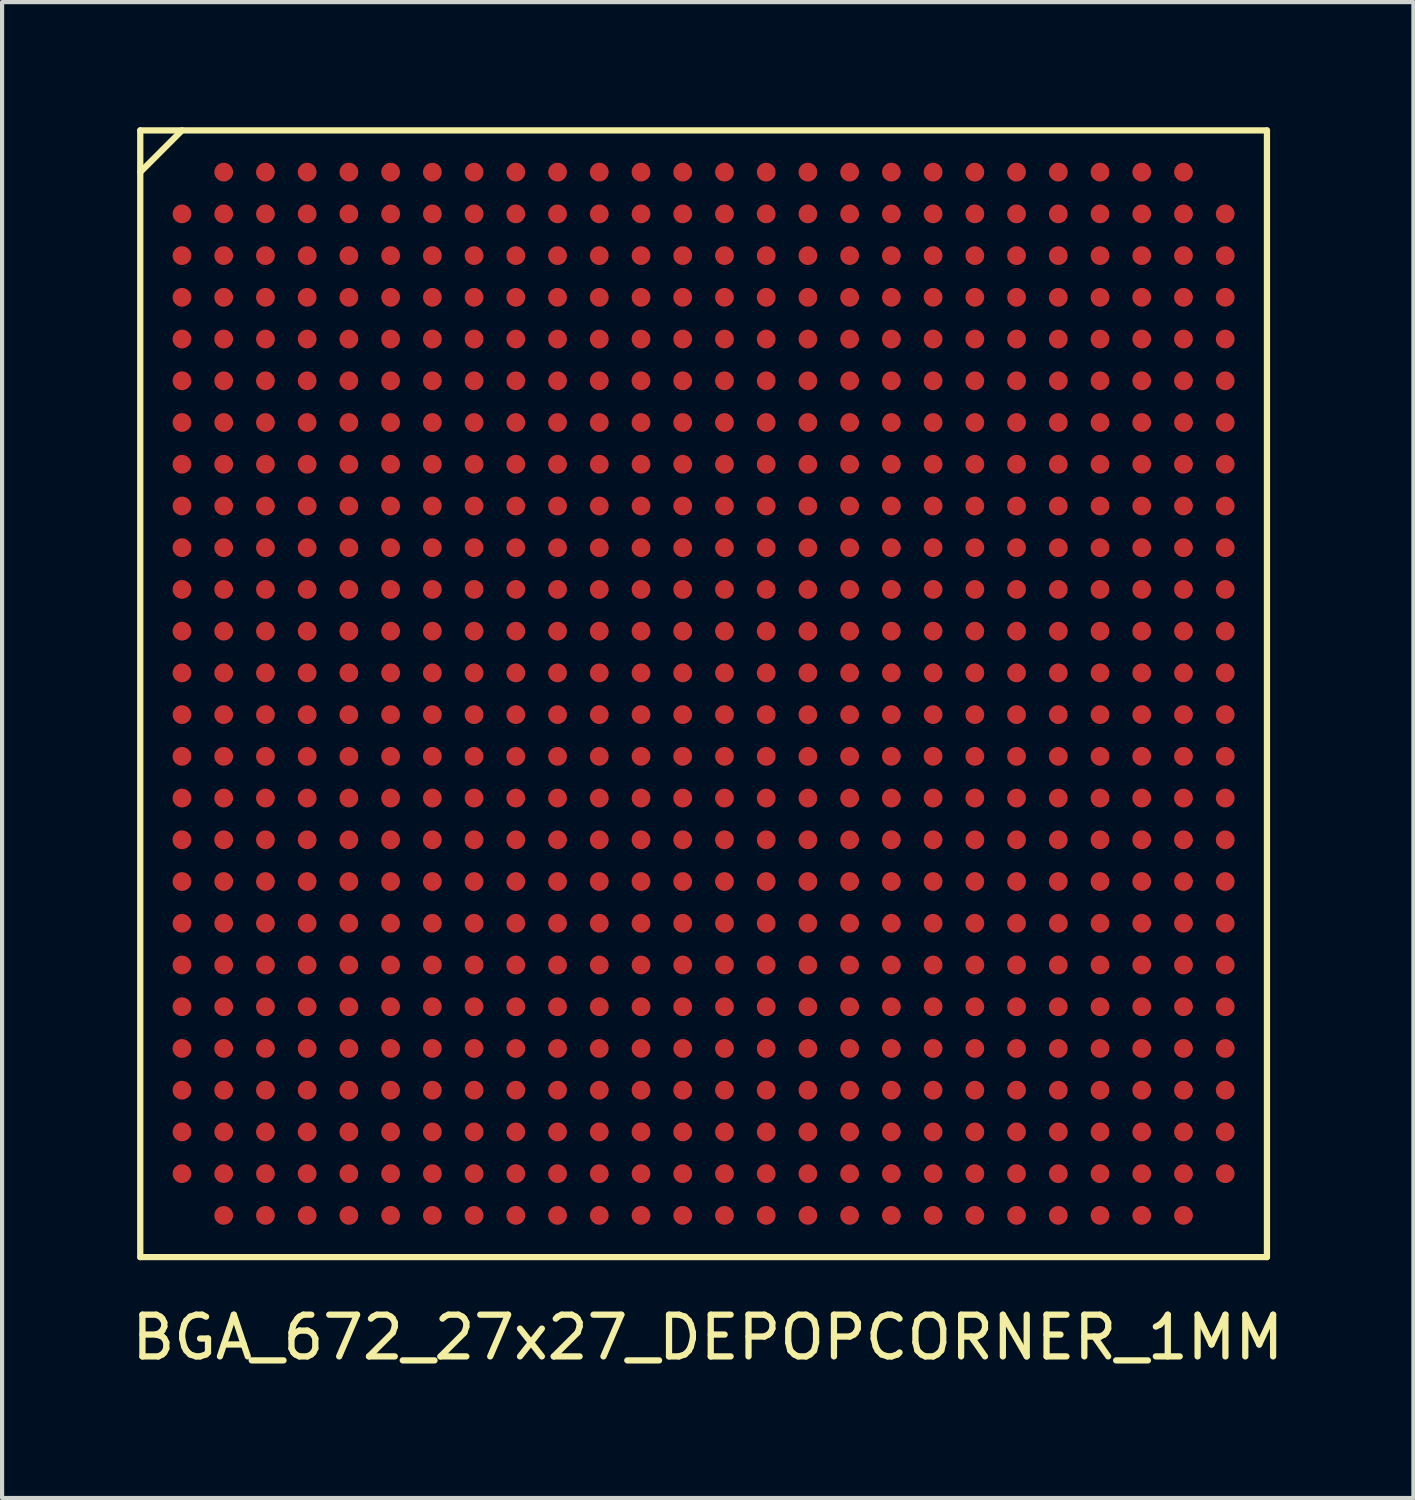
<source format=kicad_pcb>
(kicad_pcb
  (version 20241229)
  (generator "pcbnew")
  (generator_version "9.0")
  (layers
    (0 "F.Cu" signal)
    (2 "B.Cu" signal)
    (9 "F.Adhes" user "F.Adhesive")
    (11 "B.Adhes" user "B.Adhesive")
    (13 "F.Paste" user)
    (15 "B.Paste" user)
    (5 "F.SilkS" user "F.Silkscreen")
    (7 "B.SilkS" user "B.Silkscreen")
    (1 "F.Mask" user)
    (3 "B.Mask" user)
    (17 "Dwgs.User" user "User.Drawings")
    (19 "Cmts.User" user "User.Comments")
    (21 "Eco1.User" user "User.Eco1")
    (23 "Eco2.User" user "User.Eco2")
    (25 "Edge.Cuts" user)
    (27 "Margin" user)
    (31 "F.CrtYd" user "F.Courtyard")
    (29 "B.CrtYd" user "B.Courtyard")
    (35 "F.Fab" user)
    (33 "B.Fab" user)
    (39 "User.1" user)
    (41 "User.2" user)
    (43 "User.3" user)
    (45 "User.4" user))
  (footprint "BGA_672_27x27_DEPOPCORNER_1MM"
    (layer "F.Cu")
    (at 13.811 13.575)
    (property "Reference" "BGA_672_27x27_DEPOPCORNER_1MM" (at 0.1 15.425 0) (layer "F.SilkS") (effects (font (size 1 1) (thickness 0.15))))
    (attr smd)
    (fp_line (start -13.5 -13.5) (end 13.5 -13.5) (stroke (width 0.15) (type solid)) (layer "F.SilkS"))
    (fp_line (start -13.5 -12.5) (end -12.5 -13.5) (stroke (width 0.15) (type solid)) (layer "F.SilkS"))
    (fp_line (start -13.5 13.5) (end -13.5 -13.5) (stroke (width 0.15) (type solid)) (layer "F.SilkS"))
    (fp_line (start 13.5 -13.5) (end 13.5 13.5) (stroke (width 0.15) (type solid)) (layer "F.SilkS"))
    (fp_line (start 13.5 13.5) (end -13.5 13.5) (stroke (width 0.15) (type solid)) (layer "F.SilkS"))
    (pad "A2" smd circle (at -11.5 -12.5) (size 0.45 0.45) (layers "F.Cu" "F.Mask" "F.Paste"))
    (pad "A3" smd circle (at -10.5 -12.5) (size 0.45 0.45) (layers "F.Cu" "F.Mask" "F.Paste"))
    (pad "A4" smd circle (at -9.5 -12.5) (size 0.45 0.45) (layers "F.Cu" "F.Mask" "F.Paste"))
    (pad "A5" smd circle (at -8.5 -12.5) (size 0.45 0.45) (layers "F.Cu" "F.Mask" "F.Paste"))
    (pad "A6" smd circle (at -7.5 -12.5) (size 0.45 0.45) (layers "F.Cu" "F.Mask" "F.Paste"))
    (pad "A7" smd circle (at -6.5 -12.5) (size 0.45 0.45) (layers "F.Cu" "F.Mask" "F.Paste"))
    (pad "A8" smd circle (at -5.5 -12.5) (size 0.45 0.45) (layers "F.Cu" "F.Mask" "F.Paste"))
    (pad "A9" smd circle (at -4.5 -12.5) (size 0.45 0.45) (layers "F.Cu" "F.Mask" "F.Paste"))
    (pad "A10" smd circle (at -3.5 -12.5) (size 0.45 0.45) (layers "F.Cu" "F.Mask" "F.Paste"))
    (pad "A11" smd circle (at -2.5 -12.5) (size 0.45 0.45) (layers "F.Cu" "F.Mask" "F.Paste"))
    (pad "A12" smd circle (at -1.5 -12.5) (size 0.45 0.45) (layers "F.Cu" "F.Mask" "F.Paste"))
    (pad "A13" smd circle (at -0.5 -12.5) (size 0.45 0.45) (layers "F.Cu" "F.Mask" "F.Paste"))
    (pad "A14" smd circle (at 0.5 -12.5) (size 0.45 0.45) (layers "F.Cu" "F.Mask" "F.Paste"))
    (pad "A15" smd circle (at 1.5 -12.5) (size 0.45 0.45) (layers "F.Cu" "F.Mask" "F.Paste"))
    (pad "A16" smd circle (at 2.5 -12.5) (size 0.45 0.45) (layers "F.Cu" "F.Mask" "F.Paste"))
    (pad "A17" smd circle (at 3.5 -12.5) (size 0.45 0.45) (layers "F.Cu" "F.Mask" "F.Paste"))
    (pad "A18" smd circle (at 4.5 -12.5) (size 0.45 0.45) (layers "F.Cu" "F.Mask" "F.Paste"))
    (pad "A19" smd circle (at 5.5 -12.5) (size 0.45 0.45) (layers "F.Cu" "F.Mask" "F.Paste"))
    (pad "A20" smd circle (at 6.5 -12.5) (size 0.45 0.45) (layers "F.Cu" "F.Mask" "F.Paste"))
    (pad "A21" smd circle (at 7.5 -12.5) (size 0.45 0.45) (layers "F.Cu" "F.Mask" "F.Paste"))
    (pad "A22" smd circle (at 8.5 -12.5) (size 0.45 0.45) (layers "F.Cu" "F.Mask" "F.Paste"))
    (pad "A23" smd circle (at 9.5 -12.5) (size 0.45 0.45) (layers "F.Cu" "F.Mask" "F.Paste"))
    (pad "A24" smd circle (at 10.5 -12.5) (size 0.45 0.45) (layers "F.Cu" "F.Mask" "F.Paste"))
    (pad "A25" smd circle (at 11.5 -12.5) (size 0.45 0.45) (layers "F.Cu" "F.Mask" "F.Paste"))
    (pad "AA1" smd circle (at -12.5 7.5) (size 0.45 0.45) (layers "F.Cu" "F.Mask" "F.Paste"))
    (pad "AA2" smd circle (at -11.5 7.5) (size 0.45 0.45) (layers "F.Cu" "F.Mask" "F.Paste"))
    (pad "AA3" smd circle (at -10.5 7.5) (size 0.45 0.45) (layers "F.Cu" "F.Mask" "F.Paste"))
    (pad "AA4" smd circle (at -9.5 7.5) (size 0.45 0.45) (layers "F.Cu" "F.Mask" "F.Paste"))
    (pad "AA5" smd circle (at -8.5 7.5) (size 0.45 0.45) (layers "F.Cu" "F.Mask" "F.Paste"))
    (pad "AA6" smd circle (at -7.5 7.5) (size 0.45 0.45) (layers "F.Cu" "F.Mask" "F.Paste"))
    (pad "AA7" smd circle (at -6.5 7.5) (size 0.45 0.45) (layers "F.Cu" "F.Mask" "F.Paste"))
    (pad "AA8" smd circle (at -5.5 7.5) (size 0.45 0.45) (layers "F.Cu" "F.Mask" "F.Paste"))
    (pad "AA9" smd circle (at -4.5 7.5) (size 0.45 0.45) (layers "F.Cu" "F.Mask" "F.Paste"))
    (pad "AA10" smd circle (at -3.5 7.5) (size 0.45 0.45) (layers "F.Cu" "F.Mask" "F.Paste"))
    (pad "AA11" smd circle (at -2.5 7.5) (size 0.45 0.45) (layers "F.Cu" "F.Mask" "F.Paste"))
    (pad "AA12" smd circle (at -1.5 7.5) (size 0.45 0.45) (layers "F.Cu" "F.Mask" "F.Paste"))
    (pad "AA13" smd circle (at -0.5 7.5) (size 0.45 0.45) (layers "F.Cu" "F.Mask" "F.Paste"))
    (pad "AA14" smd circle (at 0.5 7.5) (size 0.45 0.45) (layers "F.Cu" "F.Mask" "F.Paste"))
    (pad "AA15" smd circle (at 1.5 7.5) (size 0.45 0.45) (layers "F.Cu" "F.Mask" "F.Paste"))
    (pad "AA16" smd circle (at 2.5 7.5) (size 0.45 0.45) (layers "F.Cu" "F.Mask" "F.Paste"))
    (pad "AA17" smd circle (at 3.5 7.5) (size 0.45 0.45) (layers "F.Cu" "F.Mask" "F.Paste"))
    (pad "AA18" smd circle (at 4.5 7.5) (size 0.45 0.45) (layers "F.Cu" "F.Mask" "F.Paste"))
    (pad "AA19" smd circle (at 5.5 7.5) (size 0.45 0.45) (layers "F.Cu" "F.Mask" "F.Paste"))
    (pad "AA20" smd circle (at 6.5 7.5) (size 0.45 0.45) (layers "F.Cu" "F.Mask" "F.Paste"))
    (pad "AA21" smd circle (at 7.5 7.5) (size 0.45 0.45) (layers "F.Cu" "F.Mask" "F.Paste"))
    (pad "AA22" smd circle (at 8.5 7.5) (size 0.45 0.45) (layers "F.Cu" "F.Mask" "F.Paste"))
    (pad "AA23" smd circle (at 9.5 7.5) (size 0.45 0.45) (layers "F.Cu" "F.Mask" "F.Paste"))
    (pad "AA24" smd circle (at 10.5 7.5) (size 0.45 0.45) (layers "F.Cu" "F.Mask" "F.Paste"))
    (pad "AA25" smd circle (at 11.5 7.5) (size 0.45 0.45) (layers "F.Cu" "F.Mask" "F.Paste"))
    (pad "AA26" smd circle (at 12.5 7.5) (size 0.45 0.45) (layers "F.Cu" "F.Mask" "F.Paste"))
    (pad "AB1" smd circle (at -12.5 8.5) (size 0.45 0.45) (layers "F.Cu" "F.Mask" "F.Paste"))
    (pad "AB2" smd circle (at -11.5 8.5) (size 0.45 0.45) (layers "F.Cu" "F.Mask" "F.Paste"))
    (pad "AB3" smd circle (at -10.5 8.5) (size 0.45 0.45) (layers "F.Cu" "F.Mask" "F.Paste"))
    (pad "AB4" smd circle (at -9.5 8.5) (size 0.45 0.45) (layers "F.Cu" "F.Mask" "F.Paste"))
    (pad "AB5" smd circle (at -8.5 8.5) (size 0.45 0.45) (layers "F.Cu" "F.Mask" "F.Paste"))
    (pad "AB6" smd circle (at -7.5 8.5) (size 0.45 0.45) (layers "F.Cu" "F.Mask" "F.Paste"))
    (pad "AB7" smd circle (at -6.5 8.5) (size 0.45 0.45) (layers "F.Cu" "F.Mask" "F.Paste"))
    (pad "AB8" smd circle (at -5.5 8.5) (size 0.45 0.45) (layers "F.Cu" "F.Mask" "F.Paste"))
    (pad "AB9" smd circle (at -4.5 8.5) (size 0.45 0.45) (layers "F.Cu" "F.Mask" "F.Paste"))
    (pad "AB10" smd circle (at -3.5 8.5) (size 0.45 0.45) (layers "F.Cu" "F.Mask" "F.Paste"))
    (pad "AB11" smd circle (at -2.5 8.5) (size 0.45 0.45) (layers "F.Cu" "F.Mask" "F.Paste"))
    (pad "AB12" smd circle (at -1.5 8.5) (size 0.45 0.45) (layers "F.Cu" "F.Mask" "F.Paste"))
    (pad "AB13" smd circle (at -0.5 8.5) (size 0.45 0.45) (layers "F.Cu" "F.Mask" "F.Paste"))
    (pad "AB14" smd circle (at 0.5 8.5) (size 0.45 0.45) (layers "F.Cu" "F.Mask" "F.Paste"))
    (pad "AB15" smd circle (at 1.5 8.5) (size 0.45 0.45) (layers "F.Cu" "F.Mask" "F.Paste"))
    (pad "AB16" smd circle (at 2.5 8.5) (size 0.45 0.45) (layers "F.Cu" "F.Mask" "F.Paste"))
    (pad "AB17" smd circle (at 3.5 8.5) (size 0.45 0.45) (layers "F.Cu" "F.Mask" "F.Paste"))
    (pad "AB18" smd circle (at 4.5 8.5) (size 0.45 0.45) (layers "F.Cu" "F.Mask" "F.Paste"))
    (pad "AB19" smd circle (at 5.5 8.5) (size 0.45 0.45) (layers "F.Cu" "F.Mask" "F.Paste"))
    (pad "AB20" smd circle (at 6.5 8.5) (size 0.45 0.45) (layers "F.Cu" "F.Mask" "F.Paste"))
    (pad "AB21" smd circle (at 7.5 8.5) (size 0.45 0.45) (layers "F.Cu" "F.Mask" "F.Paste"))
    (pad "AB22" smd circle (at 8.5 8.5) (size 0.45 0.45) (layers "F.Cu" "F.Mask" "F.Paste"))
    (pad "AB23" smd circle (at 9.5 8.5) (size 0.45 0.45) (layers "F.Cu" "F.Mask" "F.Paste"))
    (pad "AB24" smd circle (at 10.5 8.5) (size 0.45 0.45) (layers "F.Cu" "F.Mask" "F.Paste"))
    (pad "AB25" smd circle (at 11.5 8.5) (size 0.45 0.45) (layers "F.Cu" "F.Mask" "F.Paste"))
    (pad "AB26" smd circle (at 12.5 8.5) (size 0.45 0.45) (layers "F.Cu" "F.Mask" "F.Paste"))
    (pad "AC1" smd circle (at -12.5 9.5) (size 0.45 0.45) (layers "F.Cu" "F.Mask" "F.Paste"))
    (pad "AC2" smd circle (at -11.5 9.5) (size 0.45 0.45) (layers "F.Cu" "F.Mask" "F.Paste"))
    (pad "AC3" smd circle (at -10.5 9.5) (size 0.45 0.45) (layers "F.Cu" "F.Mask" "F.Paste"))
    (pad "AC4" smd circle (at -9.5 9.5) (size 0.45 0.45) (layers "F.Cu" "F.Mask" "F.Paste"))
    (pad "AC5" smd circle (at -8.5 9.5) (size 0.45 0.45) (layers "F.Cu" "F.Mask" "F.Paste"))
    (pad "AC6" smd circle (at -7.5 9.5) (size 0.45 0.45) (layers "F.Cu" "F.Mask" "F.Paste"))
    (pad "AC7" smd circle (at -6.5 9.5) (size 0.45 0.45) (layers "F.Cu" "F.Mask" "F.Paste"))
    (pad "AC8" smd circle (at -5.5 9.5) (size 0.45 0.45) (layers "F.Cu" "F.Mask" "F.Paste"))
    (pad "AC9" smd circle (at -4.5 9.5) (size 0.45 0.45) (layers "F.Cu" "F.Mask" "F.Paste"))
    (pad "AC10" smd circle (at -3.5 9.5) (size 0.45 0.45) (layers "F.Cu" "F.Mask" "F.Paste"))
    (pad "AC11" smd circle (at -2.5 9.5) (size 0.45 0.45) (layers "F.Cu" "F.Mask" "F.Paste"))
    (pad "AC12" smd circle (at -1.5 9.5) (size 0.45 0.45) (layers "F.Cu" "F.Mask" "F.Paste"))
    (pad "AC13" smd circle (at -0.5 9.5) (size 0.45 0.45) (layers "F.Cu" "F.Mask" "F.Paste"))
    (pad "AC14" smd circle (at 0.5 9.5) (size 0.45 0.45) (layers "F.Cu" "F.Mask" "F.Paste"))
    (pad "AC15" smd circle (at 1.5 9.5) (size 0.45 0.45) (layers "F.Cu" "F.Mask" "F.Paste"))
    (pad "AC16" smd circle (at 2.5 9.5) (size 0.45 0.45) (layers "F.Cu" "F.Mask" "F.Paste"))
    (pad "AC17" smd circle (at 3.5 9.5) (size 0.45 0.45) (layers "F.Cu" "F.Mask" "F.Paste"))
    (pad "AC18" smd circle (at 4.5 9.5) (size 0.45 0.45) (layers "F.Cu" "F.Mask" "F.Paste"))
    (pad "AC19" smd circle (at 5.5 9.5) (size 0.45 0.45) (layers "F.Cu" "F.Mask" "F.Paste"))
    (pad "AC20" smd circle (at 6.5 9.5) (size 0.45 0.45) (layers "F.Cu" "F.Mask" "F.Paste"))
    (pad "AC21" smd circle (at 7.5 9.5) (size 0.45 0.45) (layers "F.Cu" "F.Mask" "F.Paste"))
    (pad "AC22" smd circle (at 8.5 9.5) (size 0.45 0.45) (layers "F.Cu" "F.Mask" "F.Paste"))
    (pad "AC23" smd circle (at 9.5 9.5) (size 0.45 0.45) (layers "F.Cu" "F.Mask" "F.Paste"))
    (pad "AC24" smd circle (at 10.5 9.5) (size 0.45 0.45) (layers "F.Cu" "F.Mask" "F.Paste"))
    (pad "AC25" smd circle (at 11.5 9.5) (size 0.45 0.45) (layers "F.Cu" "F.Mask" "F.Paste"))
    (pad "AC26" smd circle (at 12.5 9.5) (size 0.45 0.45) (layers "F.Cu" "F.Mask" "F.Paste"))
    (pad "AD1" smd circle (at -12.5 10.5) (size 0.45 0.45) (layers "F.Cu" "F.Mask" "F.Paste"))
    (pad "AD2" smd circle (at -11.5 10.5) (size 0.45 0.45) (layers "F.Cu" "F.Mask" "F.Paste"))
    (pad "AD3" smd circle (at -10.5 10.5) (size 0.45 0.45) (layers "F.Cu" "F.Mask" "F.Paste"))
    (pad "AD4" smd circle (at -9.5 10.5) (size 0.45 0.45) (layers "F.Cu" "F.Mask" "F.Paste"))
    (pad "AD5" smd circle (at -8.5 10.5) (size 0.45 0.45) (layers "F.Cu" "F.Mask" "F.Paste"))
    (pad "AD6" smd circle (at -7.5 10.5) (size 0.45 0.45) (layers "F.Cu" "F.Mask" "F.Paste"))
    (pad "AD7" smd circle (at -6.5 10.5) (size 0.45 0.45) (layers "F.Cu" "F.Mask" "F.Paste"))
    (pad "AD8" smd circle (at -5.5 10.5) (size 0.45 0.45) (layers "F.Cu" "F.Mask" "F.Paste"))
    (pad "AD9" smd circle (at -4.5 10.5) (size 0.45 0.45) (layers "F.Cu" "F.Mask" "F.Paste"))
    (pad "AD10" smd circle (at -3.5 10.5) (size 0.45 0.45) (layers "F.Cu" "F.Mask" "F.Paste"))
    (pad "AD11" smd circle (at -2.5 10.5) (size 0.45 0.45) (layers "F.Cu" "F.Mask" "F.Paste"))
    (pad "AD12" smd circle (at -1.5 10.5) (size 0.45 0.45) (layers "F.Cu" "F.Mask" "F.Paste"))
    (pad "AD13" smd circle (at -0.5 10.5) (size 0.45 0.45) (layers "F.Cu" "F.Mask" "F.Paste"))
    (pad "AD14" smd circle (at 0.5 10.5) (size 0.45 0.45) (layers "F.Cu" "F.Mask" "F.Paste"))
    (pad "AD15" smd circle (at 1.5 10.5) (size 0.45 0.45) (layers "F.Cu" "F.Mask" "F.Paste"))
    (pad "AD16" smd circle (at 2.5 10.5) (size 0.45 0.45) (layers "F.Cu" "F.Mask" "F.Paste"))
    (pad "AD17" smd circle (at 3.5 10.5) (size 0.45 0.45) (layers "F.Cu" "F.Mask" "F.Paste"))
    (pad "AD18" smd circle (at 4.5 10.5) (size 0.45 0.45) (layers "F.Cu" "F.Mask" "F.Paste"))
    (pad "AD19" smd circle (at 5.5 10.5) (size 0.45 0.45) (layers "F.Cu" "F.Mask" "F.Paste"))
    (pad "AD20" smd circle (at 6.5 10.5) (size 0.45 0.45) (layers "F.Cu" "F.Mask" "F.Paste"))
    (pad "AD21" smd circle (at 7.5 10.5) (size 0.45 0.45) (layers "F.Cu" "F.Mask" "F.Paste"))
    (pad "AD22" smd circle (at 8.5 10.5) (size 0.45 0.45) (layers "F.Cu" "F.Mask" "F.Paste"))
    (pad "AD23" smd circle (at 9.5 10.5) (size 0.45 0.45) (layers "F.Cu" "F.Mask" "F.Paste"))
    (pad "AD24" smd circle (at 10.5 10.5) (size 0.45 0.45) (layers "F.Cu" "F.Mask" "F.Paste"))
    (pad "AD25" smd circle (at 11.5 10.5) (size 0.45 0.45) (layers "F.Cu" "F.Mask" "F.Paste"))
    (pad "AD26" smd circle (at 12.5 10.5) (size 0.45 0.45) (layers "F.Cu" "F.Mask" "F.Paste"))
    (pad "AE1" smd circle (at -12.5 11.5) (size 0.45 0.45) (layers "F.Cu" "F.Mask" "F.Paste"))
    (pad "AE2" smd circle (at -11.5 11.5) (size 0.45 0.45) (layers "F.Cu" "F.Mask" "F.Paste"))
    (pad "AE3" smd circle (at -10.5 11.5) (size 0.45 0.45) (layers "F.Cu" "F.Mask" "F.Paste"))
    (pad "AE4" smd circle (at -9.5 11.5) (size 0.45 0.45) (layers "F.Cu" "F.Mask" "F.Paste"))
    (pad "AE5" smd circle (at -8.5 11.5) (size 0.45 0.45) (layers "F.Cu" "F.Mask" "F.Paste"))
    (pad "AE6" smd circle (at -7.5 11.5) (size 0.45 0.45) (layers "F.Cu" "F.Mask" "F.Paste"))
    (pad "AE7" smd circle (at -6.5 11.5) (size 0.45 0.45) (layers "F.Cu" "F.Mask" "F.Paste"))
    (pad "AE8" smd circle (at -5.5 11.5) (size 0.45 0.45) (layers "F.Cu" "F.Mask" "F.Paste"))
    (pad "AE9" smd circle (at -4.5 11.5) (size 0.45 0.45) (layers "F.Cu" "F.Mask" "F.Paste"))
    (pad "AE10" smd circle (at -3.5 11.5) (size 0.45 0.45) (layers "F.Cu" "F.Mask" "F.Paste"))
    (pad "AE11" smd circle (at -2.5 11.5) (size 0.45 0.45) (layers "F.Cu" "F.Mask" "F.Paste"))
    (pad "AE12" smd circle (at -1.5 11.5) (size 0.45 0.45) (layers "F.Cu" "F.Mask" "F.Paste"))
    (pad "AE13" smd circle (at -0.5 11.5) (size 0.45 0.45) (layers "F.Cu" "F.Mask" "F.Paste"))
    (pad "AE14" smd circle (at 0.5 11.5) (size 0.45 0.45) (layers "F.Cu" "F.Mask" "F.Paste"))
    (pad "AE15" smd circle (at 1.5 11.5) (size 0.45 0.45) (layers "F.Cu" "F.Mask" "F.Paste"))
    (pad "AE16" smd circle (at 2.5 11.5) (size 0.45 0.45) (layers "F.Cu" "F.Mask" "F.Paste"))
    (pad "AE17" smd circle (at 3.5 11.5) (size 0.45 0.45) (layers "F.Cu" "F.Mask" "F.Paste"))
    (pad "AE18" smd circle (at 4.5 11.5) (size 0.45 0.45) (layers "F.Cu" "F.Mask" "F.Paste"))
    (pad "AE19" smd circle (at 5.5 11.5) (size 0.45 0.45) (layers "F.Cu" "F.Mask" "F.Paste"))
    (pad "AE20" smd circle (at 6.5 11.5) (size 0.45 0.45) (layers "F.Cu" "F.Mask" "F.Paste"))
    (pad "AE21" smd circle (at 7.5 11.5) (size 0.45 0.45) (layers "F.Cu" "F.Mask" "F.Paste"))
    (pad "AE22" smd circle (at 8.5 11.5) (size 0.45 0.45) (layers "F.Cu" "F.Mask" "F.Paste"))
    (pad "AE23" smd circle (at 9.5 11.5) (size 0.45 0.45) (layers "F.Cu" "F.Mask" "F.Paste"))
    (pad "AE24" smd circle (at 10.5 11.5) (size 0.45 0.45) (layers "F.Cu" "F.Mask" "F.Paste"))
    (pad "AE25" smd circle (at 11.5 11.5) (size 0.45 0.45) (layers "F.Cu" "F.Mask" "F.Paste"))
    (pad "AE26" smd circle (at 12.5 11.5) (size 0.45 0.45) (layers "F.Cu" "F.Mask" "F.Paste"))
    (pad "AF2" smd circle (at -11.5 12.5) (size 0.45 0.45) (layers "F.Cu" "F.Mask" "F.Paste"))
    (pad "AF3" smd circle (at -10.5 12.5) (size 0.45 0.45) (layers "F.Cu" "F.Mask" "F.Paste"))
    (pad "AF4" smd circle (at -9.5 12.5) (size 0.45 0.45) (layers "F.Cu" "F.Mask" "F.Paste"))
    (pad "AF5" smd circle (at -8.5 12.5) (size 0.45 0.45) (layers "F.Cu" "F.Mask" "F.Paste"))
    (pad "AF6" smd circle (at -7.5 12.5) (size 0.45 0.45) (layers "F.Cu" "F.Mask" "F.Paste"))
    (pad "AF7" smd circle (at -6.5 12.5) (size 0.45 0.45) (layers "F.Cu" "F.Mask" "F.Paste"))
    (pad "AF8" smd circle (at -5.5 12.5) (size 0.45 0.45) (layers "F.Cu" "F.Mask" "F.Paste"))
    (pad "AF9" smd circle (at -4.5 12.5) (size 0.45 0.45) (layers "F.Cu" "F.Mask" "F.Paste"))
    (pad "AF10" smd circle (at -3.5 12.5) (size 0.45 0.45) (layers "F.Cu" "F.Mask" "F.Paste"))
    (pad "AF11" smd circle (at -2.5 12.5) (size 0.45 0.45) (layers "F.Cu" "F.Mask" "F.Paste"))
    (pad "AF12" smd circle (at -1.5 12.5) (size 0.45 0.45) (layers "F.Cu" "F.Mask" "F.Paste"))
    (pad "AF13" smd circle (at -0.5 12.5) (size 0.45 0.45) (layers "F.Cu" "F.Mask" "F.Paste"))
    (pad "AF14" smd circle (at 0.5 12.5) (size 0.45 0.45) (layers "F.Cu" "F.Mask" "F.Paste"))
    (pad "AF15" smd circle (at 1.5 12.5) (size 0.45 0.45) (layers "F.Cu" "F.Mask" "F.Paste"))
    (pad "AF16" smd circle (at 2.5 12.5) (size 0.45 0.45) (layers "F.Cu" "F.Mask" "F.Paste"))
    (pad "AF17" smd circle (at 3.5 12.5) (size 0.45 0.45) (layers "F.Cu" "F.Mask" "F.Paste"))
    (pad "AF18" smd circle (at 4.5 12.5) (size 0.45 0.45) (layers "F.Cu" "F.Mask" "F.Paste"))
    (pad "AF19" smd circle (at 5.5 12.5) (size 0.45 0.45) (layers "F.Cu" "F.Mask" "F.Paste"))
    (pad "AF20" smd circle (at 6.5 12.5) (size 0.45 0.45) (layers "F.Cu" "F.Mask" "F.Paste"))
    (pad "AF21" smd circle (at 7.5 12.5) (size 0.45 0.45) (layers "F.Cu" "F.Mask" "F.Paste"))
    (pad "AF22" smd circle (at 8.5 12.5) (size 0.45 0.45) (layers "F.Cu" "F.Mask" "F.Paste"))
    (pad "AF23" smd circle (at 9.5 12.5) (size 0.45 0.45) (layers "F.Cu" "F.Mask" "F.Paste"))
    (pad "AF24" smd circle (at 10.5 12.5) (size 0.45 0.45) (layers "F.Cu" "F.Mask" "F.Paste"))
    (pad "AF25" smd circle (at 11.5 12.5) (size 0.45 0.45) (layers "F.Cu" "F.Mask" "F.Paste"))
    (pad "B1" smd circle (at -12.5 -11.5) (size 0.45 0.45) (layers "F.Cu" "F.Mask" "F.Paste"))
    (pad "B2" smd circle (at -11.5 -11.5) (size 0.45 0.45) (layers "F.Cu" "F.Mask" "F.Paste"))
    (pad "B3" smd circle (at -10.5 -11.5) (size 0.45 0.45) (layers "F.Cu" "F.Mask" "F.Paste"))
    (pad "B4" smd circle (at -9.5 -11.5) (size 0.45 0.45) (layers "F.Cu" "F.Mask" "F.Paste"))
    (pad "B5" smd circle (at -8.5 -11.5) (size 0.45 0.45) (layers "F.Cu" "F.Mask" "F.Paste"))
    (pad "B6" smd circle (at -7.5 -11.5) (size 0.45 0.45) (layers "F.Cu" "F.Mask" "F.Paste"))
    (pad "B7" smd circle (at -6.5 -11.5) (size 0.45 0.45) (layers "F.Cu" "F.Mask" "F.Paste"))
    (pad "B8" smd circle (at -5.5 -11.5) (size 0.45 0.45) (layers "F.Cu" "F.Mask" "F.Paste"))
    (pad "B9" smd circle (at -4.5 -11.5) (size 0.45 0.45) (layers "F.Cu" "F.Mask" "F.Paste"))
    (pad "B10" smd circle (at -3.5 -11.5) (size 0.45 0.45) (layers "F.Cu" "F.Mask" "F.Paste"))
    (pad "B11" smd circle (at -2.5 -11.5) (size 0.45 0.45) (layers "F.Cu" "F.Mask" "F.Paste"))
    (pad "B12" smd circle (at -1.5 -11.5) (size 0.45 0.45) (layers "F.Cu" "F.Mask" "F.Paste"))
    (pad "B13" smd circle (at -0.5 -11.5) (size 0.45 0.45) (layers "F.Cu" "F.Mask" "F.Paste"))
    (pad "B14" smd circle (at 0.5 -11.5) (size 0.45 0.45) (layers "F.Cu" "F.Mask" "F.Paste"))
    (pad "B15" smd circle (at 1.5 -11.5) (size 0.45 0.45) (layers "F.Cu" "F.Mask" "F.Paste"))
    (pad "B16" smd circle (at 2.5 -11.5) (size 0.45 0.45) (layers "F.Cu" "F.Mask" "F.Paste"))
    (pad "B17" smd circle (at 3.5 -11.5) (size 0.45 0.45) (layers "F.Cu" "F.Mask" "F.Paste"))
    (pad "B18" smd circle (at 4.5 -11.5) (size 0.45 0.45) (layers "F.Cu" "F.Mask" "F.Paste"))
    (pad "B19" smd circle (at 5.5 -11.5) (size 0.45 0.45) (layers "F.Cu" "F.Mask" "F.Paste"))
    (pad "B20" smd circle (at 6.5 -11.5) (size 0.45 0.45) (layers "F.Cu" "F.Mask" "F.Paste"))
    (pad "B21" smd circle (at 7.5 -11.5) (size 0.45 0.45) (layers "F.Cu" "F.Mask" "F.Paste"))
    (pad "B22" smd circle (at 8.5 -11.5) (size 0.45 0.45) (layers "F.Cu" "F.Mask" "F.Paste"))
    (pad "B23" smd circle (at 9.5 -11.5) (size 0.45 0.45) (layers "F.Cu" "F.Mask" "F.Paste"))
    (pad "B24" smd circle (at 10.5 -11.5) (size 0.45 0.45) (layers "F.Cu" "F.Mask" "F.Paste"))
    (pad "B25" smd circle (at 11.5 -11.5) (size 0.45 0.45) (layers "F.Cu" "F.Mask" "F.Paste"))
    (pad "B26" smd circle (at 12.5 -11.5) (size 0.45 0.45) (layers "F.Cu" "F.Mask" "F.Paste"))
    (pad "C1" smd circle (at -12.5 -10.5) (size 0.45 0.45) (layers "F.Cu" "F.Mask" "F.Paste"))
    (pad "C2" smd circle (at -11.5 -10.5) (size 0.45 0.45) (layers "F.Cu" "F.Mask" "F.Paste"))
    (pad "C3" smd circle (at -10.5 -10.5) (size 0.45 0.45) (layers "F.Cu" "F.Mask" "F.Paste"))
    (pad "C4" smd circle (at -9.5 -10.5) (size 0.45 0.45) (layers "F.Cu" "F.Mask" "F.Paste"))
    (pad "C5" smd circle (at -8.5 -10.5) (size 0.45 0.45) (layers "F.Cu" "F.Mask" "F.Paste"))
    (pad "C6" smd circle (at -7.5 -10.5) (size 0.45 0.45) (layers "F.Cu" "F.Mask" "F.Paste"))
    (pad "C7" smd circle (at -6.5 -10.5) (size 0.45 0.45) (layers "F.Cu" "F.Mask" "F.Paste"))
    (pad "C8" smd circle (at -5.5 -10.5) (size 0.45 0.45) (layers "F.Cu" "F.Mask" "F.Paste"))
    (pad "C9" smd circle (at -4.5 -10.5) (size 0.45 0.45) (layers "F.Cu" "F.Mask" "F.Paste"))
    (pad "C10" smd circle (at -3.5 -10.5) (size 0.45 0.45) (layers "F.Cu" "F.Mask" "F.Paste"))
    (pad "C11" smd circle (at -2.5 -10.5) (size 0.45 0.45) (layers "F.Cu" "F.Mask" "F.Paste"))
    (pad "C12" smd circle (at -1.5 -10.5) (size 0.45 0.45) (layers "F.Cu" "F.Mask" "F.Paste"))
    (pad "C13" smd circle (at -0.5 -10.5) (size 0.45 0.45) (layers "F.Cu" "F.Mask" "F.Paste"))
    (pad "C14" smd circle (at 0.5 -10.5) (size 0.45 0.45) (layers "F.Cu" "F.Mask" "F.Paste"))
    (pad "C15" smd circle (at 1.5 -10.5) (size 0.45 0.45) (layers "F.Cu" "F.Mask" "F.Paste"))
    (pad "C16" smd circle (at 2.5 -10.5) (size 0.45 0.45) (layers "F.Cu" "F.Mask" "F.Paste"))
    (pad "C17" smd circle (at 3.5 -10.5) (size 0.45 0.45) (layers "F.Cu" "F.Mask" "F.Paste"))
    (pad "C18" smd circle (at 4.5 -10.5) (size 0.45 0.45) (layers "F.Cu" "F.Mask" "F.Paste"))
    (pad "C19" smd circle (at 5.5 -10.5) (size 0.45 0.45) (layers "F.Cu" "F.Mask" "F.Paste"))
    (pad "C20" smd circle (at 6.5 -10.5) (size 0.45 0.45) (layers "F.Cu" "F.Mask" "F.Paste"))
    (pad "C21" smd circle (at 7.5 -10.5) (size 0.45 0.45) (layers "F.Cu" "F.Mask" "F.Paste"))
    (pad "C22" smd circle (at 8.5 -10.5) (size 0.45 0.45) (layers "F.Cu" "F.Mask" "F.Paste"))
    (pad "C23" smd circle (at 9.5 -10.5) (size 0.45 0.45) (layers "F.Cu" "F.Mask" "F.Paste"))
    (pad "C24" smd circle (at 10.5 -10.5) (size 0.45 0.45) (layers "F.Cu" "F.Mask" "F.Paste"))
    (pad "C25" smd circle (at 11.5 -10.5) (size 0.45 0.45) (layers "F.Cu" "F.Mask" "F.Paste"))
    (pad "C26" smd circle (at 12.5 -10.5) (size 0.45 0.45) (layers "F.Cu" "F.Mask" "F.Paste"))
    (pad "D1" smd circle (at -12.5 -9.5) (size 0.45 0.45) (layers "F.Cu" "F.Mask" "F.Paste"))
    (pad "D2" smd circle (at -11.5 -9.5) (size 0.45 0.45) (layers "F.Cu" "F.Mask" "F.Paste"))
    (pad "D3" smd circle (at -10.5 -9.5) (size 0.45 0.45) (layers "F.Cu" "F.Mask" "F.Paste"))
    (pad "D4" smd circle (at -9.5 -9.5) (size 0.45 0.45) (layers "F.Cu" "F.Mask" "F.Paste"))
    (pad "D5" smd circle (at -8.5 -9.5) (size 0.45 0.45) (layers "F.Cu" "F.Mask" "F.Paste"))
    (pad "D6" smd circle (at -7.5 -9.5) (size 0.45 0.45) (layers "F.Cu" "F.Mask" "F.Paste"))
    (pad "D7" smd circle (at -6.5 -9.5) (size 0.45 0.45) (layers "F.Cu" "F.Mask" "F.Paste"))
    (pad "D8" smd circle (at -5.5 -9.5) (size 0.45 0.45) (layers "F.Cu" "F.Mask" "F.Paste"))
    (pad "D9" smd circle (at -4.5 -9.5) (size 0.45 0.45) (layers "F.Cu" "F.Mask" "F.Paste"))
    (pad "D10" smd circle (at -3.5 -9.5) (size 0.45 0.45) (layers "F.Cu" "F.Mask" "F.Paste"))
    (pad "D11" smd circle (at -2.5 -9.5) (size 0.45 0.45) (layers "F.Cu" "F.Mask" "F.Paste"))
    (pad "D12" smd circle (at -1.5 -9.5) (size 0.45 0.45) (layers "F.Cu" "F.Mask" "F.Paste"))
    (pad "D13" smd circle (at -0.5 -9.5) (size 0.45 0.45) (layers "F.Cu" "F.Mask" "F.Paste"))
    (pad "D14" smd circle (at 0.5 -9.5) (size 0.45 0.45) (layers "F.Cu" "F.Mask" "F.Paste"))
    (pad "D15" smd circle (at 1.5 -9.5) (size 0.45 0.45) (layers "F.Cu" "F.Mask" "F.Paste"))
    (pad "D16" smd circle (at 2.5 -9.5) (size 0.45 0.45) (layers "F.Cu" "F.Mask" "F.Paste"))
    (pad "D17" smd circle (at 3.5 -9.5) (size 0.45 0.45) (layers "F.Cu" "F.Mask" "F.Paste"))
    (pad "D18" smd circle (at 4.5 -9.5) (size 0.45 0.45) (layers "F.Cu" "F.Mask" "F.Paste"))
    (pad "D19" smd circle (at 5.5 -9.5) (size 0.45 0.45) (layers "F.Cu" "F.Mask" "F.Paste"))
    (pad "D20" smd circle (at 6.5 -9.5) (size 0.45 0.45) (layers "F.Cu" "F.Mask" "F.Paste"))
    (pad "D21" smd circle (at 7.5 -9.5) (size 0.45 0.45) (layers "F.Cu" "F.Mask" "F.Paste"))
    (pad "D22" smd circle (at 8.5 -9.5) (size 0.45 0.45) (layers "F.Cu" "F.Mask" "F.Paste"))
    (pad "D23" smd circle (at 9.5 -9.5) (size 0.45 0.45) (layers "F.Cu" "F.Mask" "F.Paste"))
    (pad "D24" smd circle (at 10.5 -9.5) (size 0.45 0.45) (layers "F.Cu" "F.Mask" "F.Paste"))
    (pad "D25" smd circle (at 11.5 -9.5) (size 0.45 0.45) (layers "F.Cu" "F.Mask" "F.Paste"))
    (pad "D26" smd circle (at 12.5 -9.5) (size 0.45 0.45) (layers "F.Cu" "F.Mask" "F.Paste"))
    (pad "E1" smd circle (at -12.5 -8.5) (size 0.45 0.45) (layers "F.Cu" "F.Mask" "F.Paste"))
    (pad "E2" smd circle (at -11.5 -8.5) (size 0.45 0.45) (layers "F.Cu" "F.Mask" "F.Paste"))
    (pad "E3" smd circle (at -10.5 -8.5) (size 0.45 0.45) (layers "F.Cu" "F.Mask" "F.Paste"))
    (pad "E4" smd circle (at -9.5 -8.5) (size 0.45 0.45) (layers "F.Cu" "F.Mask" "F.Paste"))
    (pad "E5" smd circle (at -8.5 -8.5) (size 0.45 0.45) (layers "F.Cu" "F.Mask" "F.Paste"))
    (pad "E6" smd circle (at -7.5 -8.5) (size 0.45 0.45) (layers "F.Cu" "F.Mask" "F.Paste"))
    (pad "E7" smd circle (at -6.5 -8.5) (size 0.45 0.45) (layers "F.Cu" "F.Mask" "F.Paste"))
    (pad "E8" smd circle (at -5.5 -8.5) (size 0.45 0.45) (layers "F.Cu" "F.Mask" "F.Paste"))
    (pad "E9" smd circle (at -4.5 -8.5) (size 0.45 0.45) (layers "F.Cu" "F.Mask" "F.Paste"))
    (pad "E10" smd circle (at -3.5 -8.5) (size 0.45 0.45) (layers "F.Cu" "F.Mask" "F.Paste"))
    (pad "E11" smd circle (at -2.5 -8.5) (size 0.45 0.45) (layers "F.Cu" "F.Mask" "F.Paste"))
    (pad "E12" smd circle (at -1.5 -8.5) (size 0.45 0.45) (layers "F.Cu" "F.Mask" "F.Paste"))
    (pad "E13" smd circle (at -0.5 -8.5) (size 0.45 0.45) (layers "F.Cu" "F.Mask" "F.Paste"))
    (pad "E14" smd circle (at 0.5 -8.5) (size 0.45 0.45) (layers "F.Cu" "F.Mask" "F.Paste"))
    (pad "E15" smd circle (at 1.5 -8.5) (size 0.45 0.45) (layers "F.Cu" "F.Mask" "F.Paste"))
    (pad "E16" smd circle (at 2.5 -8.5) (size 0.45 0.45) (layers "F.Cu" "F.Mask" "F.Paste"))
    (pad "E17" smd circle (at 3.5 -8.5) (size 0.45 0.45) (layers "F.Cu" "F.Mask" "F.Paste"))
    (pad "E18" smd circle (at 4.5 -8.5) (size 0.45 0.45) (layers "F.Cu" "F.Mask" "F.Paste"))
    (pad "E19" smd circle (at 5.5 -8.5) (size 0.45 0.45) (layers "F.Cu" "F.Mask" "F.Paste"))
    (pad "E20" smd circle (at 6.5 -8.5) (size 0.45 0.45) (layers "F.Cu" "F.Mask" "F.Paste"))
    (pad "E21" smd circle (at 7.5 -8.5) (size 0.45 0.45) (layers "F.Cu" "F.Mask" "F.Paste"))
    (pad "E22" smd circle (at 8.5 -8.5) (size 0.45 0.45) (layers "F.Cu" "F.Mask" "F.Paste"))
    (pad "E23" smd circle (at 9.5 -8.5) (size 0.45 0.45) (layers "F.Cu" "F.Mask" "F.Paste"))
    (pad "E24" smd circle (at 10.5 -8.5) (size 0.45 0.45) (layers "F.Cu" "F.Mask" "F.Paste"))
    (pad "E25" smd circle (at 11.5 -8.5) (size 0.45 0.45) (layers "F.Cu" "F.Mask" "F.Paste"))
    (pad "E26" smd circle (at 12.5 -8.5) (size 0.45 0.45) (layers "F.Cu" "F.Mask" "F.Paste"))
    (pad "F1" smd circle (at -12.5 -7.5) (size 0.45 0.45) (layers "F.Cu" "F.Mask" "F.Paste"))
    (pad "F2" smd circle (at -11.5 -7.5) (size 0.45 0.45) (layers "F.Cu" "F.Mask" "F.Paste"))
    (pad "F3" smd circle (at -10.5 -7.5) (size 0.45 0.45) (layers "F.Cu" "F.Mask" "F.Paste"))
    (pad "F4" smd circle (at -9.5 -7.5) (size 0.45 0.45) (layers "F.Cu" "F.Mask" "F.Paste"))
    (pad "F5" smd circle (at -8.5 -7.5) (size 0.45 0.45) (layers "F.Cu" "F.Mask" "F.Paste"))
    (pad "F6" smd circle (at -7.5 -7.5) (size 0.45 0.45) (layers "F.Cu" "F.Mask" "F.Paste"))
    (pad "F7" smd circle (at -6.5 -7.5) (size 0.45 0.45) (layers "F.Cu" "F.Mask" "F.Paste"))
    (pad "F8" smd circle (at -5.5 -7.5) (size 0.45 0.45) (layers "F.Cu" "F.Mask" "F.Paste"))
    (pad "F9" smd circle (at -4.5 -7.5) (size 0.45 0.45) (layers "F.Cu" "F.Mask" "F.Paste"))
    (pad "F10" smd circle (at -3.5 -7.5) (size 0.45 0.45) (layers "F.Cu" "F.Mask" "F.Paste"))
    (pad "F11" smd circle (at -2.5 -7.5) (size 0.45 0.45) (layers "F.Cu" "F.Mask" "F.Paste"))
    (pad "F12" smd circle (at -1.5 -7.5) (size 0.45 0.45) (layers "F.Cu" "F.Mask" "F.Paste"))
    (pad "F13" smd circle (at -0.5 -7.5) (size 0.45 0.45) (layers "F.Cu" "F.Mask" "F.Paste"))
    (pad "F14" smd circle (at 0.5 -7.5) (size 0.45 0.45) (layers "F.Cu" "F.Mask" "F.Paste"))
    (pad "F15" smd circle (at 1.5 -7.5) (size 0.45 0.45) (layers "F.Cu" "F.Mask" "F.Paste"))
    (pad "F16" smd circle (at 2.5 -7.5) (size 0.45 0.45) (layers "F.Cu" "F.Mask" "F.Paste"))
    (pad "F17" smd circle (at 3.5 -7.5) (size 0.45 0.45) (layers "F.Cu" "F.Mask" "F.Paste"))
    (pad "F18" smd circle (at 4.5 -7.5) (size 0.45 0.45) (layers "F.Cu" "F.Mask" "F.Paste"))
    (pad "F19" smd circle (at 5.5 -7.5) (size 0.45 0.45) (layers "F.Cu" "F.Mask" "F.Paste"))
    (pad "F20" smd circle (at 6.5 -7.5) (size 0.45 0.45) (layers "F.Cu" "F.Mask" "F.Paste"))
    (pad "F21" smd circle (at 7.5 -7.5) (size 0.45 0.45) (layers "F.Cu" "F.Mask" "F.Paste"))
    (pad "F22" smd circle (at 8.5 -7.5) (size 0.45 0.45) (layers "F.Cu" "F.Mask" "F.Paste"))
    (pad "F23" smd circle (at 9.5 -7.5) (size 0.45 0.45) (layers "F.Cu" "F.Mask" "F.Paste"))
    (pad "F24" smd circle (at 10.5 -7.5) (size 0.45 0.45) (layers "F.Cu" "F.Mask" "F.Paste"))
    (pad "F25" smd circle (at 11.5 -7.5) (size 0.45 0.45) (layers "F.Cu" "F.Mask" "F.Paste"))
    (pad "F26" smd circle (at 12.5 -7.5) (size 0.45 0.45) (layers "F.Cu" "F.Mask" "F.Paste"))
    (pad "G1" smd circle (at -12.5 -6.5) (size 0.45 0.45) (layers "F.Cu" "F.Mask" "F.Paste"))
    (pad "G2" smd circle (at -11.5 -6.5) (size 0.45 0.45) (layers "F.Cu" "F.Mask" "F.Paste"))
    (pad "G3" smd circle (at -10.5 -6.5) (size 0.45 0.45) (layers "F.Cu" "F.Mask" "F.Paste"))
    (pad "G4" smd circle (at -9.5 -6.5) (size 0.45 0.45) (layers "F.Cu" "F.Mask" "F.Paste"))
    (pad "G5" smd circle (at -8.5 -6.5) (size 0.45 0.45) (layers "F.Cu" "F.Mask" "F.Paste"))
    (pad "G6" smd circle (at -7.5 -6.5) (size 0.45 0.45) (layers "F.Cu" "F.Mask" "F.Paste"))
    (pad "G7" smd circle (at -6.5 -6.5) (size 0.45 0.45) (layers "F.Cu" "F.Mask" "F.Paste"))
    (pad "G8" smd circle (at -5.5 -6.5) (size 0.45 0.45) (layers "F.Cu" "F.Mask" "F.Paste"))
    (pad "G9" smd circle (at -4.5 -6.5) (size 0.45 0.45) (layers "F.Cu" "F.Mask" "F.Paste"))
    (pad "G10" smd circle (at -3.5 -6.5) (size 0.45 0.45) (layers "F.Cu" "F.Mask" "F.Paste"))
    (pad "G11" smd circle (at -2.5 -6.5) (size 0.45 0.45) (layers "F.Cu" "F.Mask" "F.Paste"))
    (pad "G12" smd circle (at -1.5 -6.5) (size 0.45 0.45) (layers "F.Cu" "F.Mask" "F.Paste"))
    (pad "G13" smd circle (at -0.5 -6.5) (size 0.45 0.45) (layers "F.Cu" "F.Mask" "F.Paste"))
    (pad "G14" smd circle (at 0.5 -6.5) (size 0.45 0.45) (layers "F.Cu" "F.Mask" "F.Paste"))
    (pad "G15" smd circle (at 1.5 -6.5) (size 0.45 0.45) (layers "F.Cu" "F.Mask" "F.Paste"))
    (pad "G16" smd circle (at 2.5 -6.5) (size 0.45 0.45) (layers "F.Cu" "F.Mask" "F.Paste"))
    (pad "G17" smd circle (at 3.5 -6.5) (size 0.45 0.45) (layers "F.Cu" "F.Mask" "F.Paste"))
    (pad "G18" smd circle (at 4.5 -6.5) (size 0.45 0.45) (layers "F.Cu" "F.Mask" "F.Paste"))
    (pad "G19" smd circle (at 5.5 -6.5) (size 0.45 0.45) (layers "F.Cu" "F.Mask" "F.Paste"))
    (pad "G20" smd circle (at 6.5 -6.5) (size 0.45 0.45) (layers "F.Cu" "F.Mask" "F.Paste"))
    (pad "G21" smd circle (at 7.5 -6.5) (size 0.45 0.45) (layers "F.Cu" "F.Mask" "F.Paste"))
    (pad "G22" smd circle (at 8.5 -6.5) (size 0.45 0.45) (layers "F.Cu" "F.Mask" "F.Paste"))
    (pad "G23" smd circle (at 9.5 -6.5) (size 0.45 0.45) (layers "F.Cu" "F.Mask" "F.Paste"))
    (pad "G24" smd circle (at 10.5 -6.5) (size 0.45 0.45) (layers "F.Cu" "F.Mask" "F.Paste"))
    (pad "G25" smd circle (at 11.5 -6.5) (size 0.45 0.45) (layers "F.Cu" "F.Mask" "F.Paste"))
    (pad "G26" smd circle (at 12.5 -6.5) (size 0.45 0.45) (layers "F.Cu" "F.Mask" "F.Paste"))
    (pad "H1" smd circle (at -12.5 -5.5) (size 0.45 0.45) (layers "F.Cu" "F.Mask" "F.Paste"))
    (pad "H2" smd circle (at -11.5 -5.5) (size 0.45 0.45) (layers "F.Cu" "F.Mask" "F.Paste"))
    (pad "H3" smd circle (at -10.5 -5.5) (size 0.45 0.45) (layers "F.Cu" "F.Mask" "F.Paste"))
    (pad "H4" smd circle (at -9.5 -5.5) (size 0.45 0.45) (layers "F.Cu" "F.Mask" "F.Paste"))
    (pad "H5" smd circle (at -8.5 -5.5) (size 0.45 0.45) (layers "F.Cu" "F.Mask" "F.Paste"))
    (pad "H6" smd circle (at -7.5 -5.5) (size 0.45 0.45) (layers "F.Cu" "F.Mask" "F.Paste"))
    (pad "H7" smd circle (at -6.5 -5.5) (size 0.45 0.45) (layers "F.Cu" "F.Mask" "F.Paste"))
    (pad "H8" smd circle (at -5.5 -5.5) (size 0.45 0.45) (layers "F.Cu" "F.Mask" "F.Paste"))
    (pad "H9" smd circle (at -4.5 -5.5) (size 0.45 0.45) (layers "F.Cu" "F.Mask" "F.Paste"))
    (pad "H10" smd circle (at -3.5 -5.5) (size 0.45 0.45) (layers "F.Cu" "F.Mask" "F.Paste"))
    (pad "H11" smd circle (at -2.5 -5.5) (size 0.45 0.45) (layers "F.Cu" "F.Mask" "F.Paste"))
    (pad "H12" smd circle (at -1.5 -5.5) (size 0.45 0.45) (layers "F.Cu" "F.Mask" "F.Paste"))
    (pad "H13" smd circle (at -0.5 -5.5) (size 0.45 0.45) (layers "F.Cu" "F.Mask" "F.Paste"))
    (pad "H14" smd circle (at 0.5 -5.5) (size 0.45 0.45) (layers "F.Cu" "F.Mask" "F.Paste"))
    (pad "H15" smd circle (at 1.5 -5.5) (size 0.45 0.45) (layers "F.Cu" "F.Mask" "F.Paste"))
    (pad "H16" smd circle (at 2.5 -5.5) (size 0.45 0.45) (layers "F.Cu" "F.Mask" "F.Paste"))
    (pad "H17" smd circle (at 3.5 -5.5) (size 0.45 0.45) (layers "F.Cu" "F.Mask" "F.Paste"))
    (pad "H18" smd circle (at 4.5 -5.5) (size 0.45 0.45) (layers "F.Cu" "F.Mask" "F.Paste"))
    (pad "H19" smd circle (at 5.5 -5.5) (size 0.45 0.45) (layers "F.Cu" "F.Mask" "F.Paste"))
    (pad "H20" smd circle (at 6.5 -5.5) (size 0.45 0.45) (layers "F.Cu" "F.Mask" "F.Paste"))
    (pad "H21" smd circle (at 7.5 -5.5) (size 0.45 0.45) (layers "F.Cu" "F.Mask" "F.Paste"))
    (pad "H22" smd circle (at 8.5 -5.5) (size 0.45 0.45) (layers "F.Cu" "F.Mask" "F.Paste"))
    (pad "H23" smd circle (at 9.5 -5.5) (size 0.45 0.45) (layers "F.Cu" "F.Mask" "F.Paste"))
    (pad "H24" smd circle (at 10.5 -5.5) (size 0.45 0.45) (layers "F.Cu" "F.Mask" "F.Paste"))
    (pad "H25" smd circle (at 11.5 -5.5) (size 0.45 0.45) (layers "F.Cu" "F.Mask" "F.Paste"))
    (pad "H26" smd circle (at 12.5 -5.5) (size 0.45 0.45) (layers "F.Cu" "F.Mask" "F.Paste"))
    (pad "J1" smd circle (at -12.5 -4.5) (size 0.45 0.45) (layers "F.Cu" "F.Mask" "F.Paste"))
    (pad "J2" smd circle (at -11.5 -4.5) (size 0.45 0.45) (layers "F.Cu" "F.Mask" "F.Paste"))
    (pad "J3" smd circle (at -10.5 -4.5) (size 0.45 0.45) (layers "F.Cu" "F.Mask" "F.Paste"))
    (pad "J4" smd circle (at -9.5 -4.5) (size 0.45 0.45) (layers "F.Cu" "F.Mask" "F.Paste"))
    (pad "J5" smd circle (at -8.5 -4.5) (size 0.45 0.45) (layers "F.Cu" "F.Mask" "F.Paste"))
    (pad "J6" smd circle (at -7.5 -4.5) (size 0.45 0.45) (layers "F.Cu" "F.Mask" "F.Paste"))
    (pad "J7" smd circle (at -6.5 -4.5) (size 0.45 0.45) (layers "F.Cu" "F.Mask" "F.Paste"))
    (pad "J8" smd circle (at -5.5 -4.5) (size 0.45 0.45) (layers "F.Cu" "F.Mask" "F.Paste"))
    (pad "J9" smd circle (at -4.5 -4.5) (size 0.45 0.45) (layers "F.Cu" "F.Mask" "F.Paste"))
    (pad "J10" smd circle (at -3.5 -4.5) (size 0.45 0.45) (layers "F.Cu" "F.Mask" "F.Paste"))
    (pad "J11" smd circle (at -2.5 -4.5) (size 0.45 0.45) (layers "F.Cu" "F.Mask" "F.Paste"))
    (pad "J12" smd circle (at -1.5 -4.5) (size 0.45 0.45) (layers "F.Cu" "F.Mask" "F.Paste"))
    (pad "J13" smd circle (at -0.5 -4.5) (size 0.45 0.45) (layers "F.Cu" "F.Mask" "F.Paste"))
    (pad "J14" smd circle (at 0.5 -4.5) (size 0.45 0.45) (layers "F.Cu" "F.Mask" "F.Paste"))
    (pad "J15" smd circle (at 1.5 -4.5) (size 0.45 0.45) (layers "F.Cu" "F.Mask" "F.Paste"))
    (pad "J16" smd circle (at 2.5 -4.5) (size 0.45 0.45) (layers "F.Cu" "F.Mask" "F.Paste"))
    (pad "J17" smd circle (at 3.5 -4.5) (size 0.45 0.45) (layers "F.Cu" "F.Mask" "F.Paste"))
    (pad "J18" smd circle (at 4.5 -4.5) (size 0.45 0.45) (layers "F.Cu" "F.Mask" "F.Paste"))
    (pad "J19" smd circle (at 5.5 -4.5) (size 0.45 0.45) (layers "F.Cu" "F.Mask" "F.Paste"))
    (pad "J20" smd circle (at 6.5 -4.5) (size 0.45 0.45) (layers "F.Cu" "F.Mask" "F.Paste"))
    (pad "J21" smd circle (at 7.5 -4.5) (size 0.45 0.45) (layers "F.Cu" "F.Mask" "F.Paste"))
    (pad "J22" smd circle (at 8.5 -4.5) (size 0.45 0.45) (layers "F.Cu" "F.Mask" "F.Paste"))
    (pad "J23" smd circle (at 9.5 -4.5) (size 0.45 0.45) (layers "F.Cu" "F.Mask" "F.Paste"))
    (pad "J24" smd circle (at 10.5 -4.5) (size 0.45 0.45) (layers "F.Cu" "F.Mask" "F.Paste"))
    (pad "J25" smd circle (at 11.5 -4.5) (size 0.45 0.45) (layers "F.Cu" "F.Mask" "F.Paste"))
    (pad "J26" smd circle (at 12.5 -4.5) (size 0.45 0.45) (layers "F.Cu" "F.Mask" "F.Paste"))
    (pad "K1" smd circle (at -12.5 -3.5) (size 0.45 0.45) (layers "F.Cu" "F.Mask" "F.Paste"))
    (pad "K2" smd circle (at -11.5 -3.5) (size 0.45 0.45) (layers "F.Cu" "F.Mask" "F.Paste"))
    (pad "K3" smd circle (at -10.5 -3.5) (size 0.45 0.45) (layers "F.Cu" "F.Mask" "F.Paste"))
    (pad "K4" smd circle (at -9.5 -3.5) (size 0.45 0.45) (layers "F.Cu" "F.Mask" "F.Paste"))
    (pad "K5" smd circle (at -8.5 -3.5) (size 0.45 0.45) (layers "F.Cu" "F.Mask" "F.Paste"))
    (pad "K6" smd circle (at -7.5 -3.5) (size 0.45 0.45) (layers "F.Cu" "F.Mask" "F.Paste"))
    (pad "K7" smd circle (at -6.5 -3.5) (size 0.45 0.45) (layers "F.Cu" "F.Mask" "F.Paste"))
    (pad "K8" smd circle (at -5.5 -3.5) (size 0.45 0.45) (layers "F.Cu" "F.Mask" "F.Paste"))
    (pad "K9" smd circle (at -4.5 -3.5) (size 0.45 0.45) (layers "F.Cu" "F.Mask" "F.Paste"))
    (pad "K10" smd circle (at -3.5 -3.5) (size 0.45 0.45) (layers "F.Cu" "F.Mask" "F.Paste"))
    (pad "K11" smd circle (at -2.5 -3.5) (size 0.45 0.45) (layers "F.Cu" "F.Mask" "F.Paste"))
    (pad "K12" smd circle (at -1.5 -3.5) (size 0.45 0.45) (layers "F.Cu" "F.Mask" "F.Paste"))
    (pad "K13" smd circle (at -0.5 -3.5) (size 0.45 0.45) (layers "F.Cu" "F.Mask" "F.Paste"))
    (pad "K14" smd circle (at 0.5 -3.5) (size 0.45 0.45) (layers "F.Cu" "F.Mask" "F.Paste"))
    (pad "K15" smd circle (at 1.5 -3.5) (size 0.45 0.45) (layers "F.Cu" "F.Mask" "F.Paste"))
    (pad "K16" smd circle (at 2.5 -3.5) (size 0.45 0.45) (layers "F.Cu" "F.Mask" "F.Paste"))
    (pad "K17" smd circle (at 3.5 -3.5) (size 0.45 0.45) (layers "F.Cu" "F.Mask" "F.Paste"))
    (pad "K18" smd circle (at 4.5 -3.5) (size 0.45 0.45) (layers "F.Cu" "F.Mask" "F.Paste"))
    (pad "K19" smd circle (at 5.5 -3.5) (size 0.45 0.45) (layers "F.Cu" "F.Mask" "F.Paste"))
    (pad "K20" smd circle (at 6.5 -3.5) (size 0.45 0.45) (layers "F.Cu" "F.Mask" "F.Paste"))
    (pad "K21" smd circle (at 7.5 -3.5) (size 0.45 0.45) (layers "F.Cu" "F.Mask" "F.Paste"))
    (pad "K22" smd circle (at 8.5 -3.5) (size 0.45 0.45) (layers "F.Cu" "F.Mask" "F.Paste"))
    (pad "K23" smd circle (at 9.5 -3.5) (size 0.45 0.45) (layers "F.Cu" "F.Mask" "F.Paste"))
    (pad "K24" smd circle (at 10.5 -3.5) (size 0.45 0.45) (layers "F.Cu" "F.Mask" "F.Paste"))
    (pad "K25" smd circle (at 11.5 -3.5) (size 0.45 0.45) (layers "F.Cu" "F.Mask" "F.Paste"))
    (pad "K26" smd circle (at 12.5 -3.5) (size 0.45 0.45) (layers "F.Cu" "F.Mask" "F.Paste"))
    (pad "L1" smd circle (at -12.5 -2.5) (size 0.45 0.45) (layers "F.Cu" "F.Mask" "F.Paste"))
    (pad "L2" smd circle (at -11.5 -2.5) (size 0.45 0.45) (layers "F.Cu" "F.Mask" "F.Paste"))
    (pad "L3" smd circle (at -10.5 -2.5) (size 0.45 0.45) (layers "F.Cu" "F.Mask" "F.Paste"))
    (pad "L4" smd circle (at -9.5 -2.5) (size 0.45 0.45) (layers "F.Cu" "F.Mask" "F.Paste"))
    (pad "L5" smd circle (at -8.5 -2.5) (size 0.45 0.45) (layers "F.Cu" "F.Mask" "F.Paste"))
    (pad "L6" smd circle (at -7.5 -2.5) (size 0.45 0.45) (layers "F.Cu" "F.Mask" "F.Paste"))
    (pad "L7" smd circle (at -6.5 -2.5) (size 0.45 0.45) (layers "F.Cu" "F.Mask" "F.Paste"))
    (pad "L8" smd circle (at -5.5 -2.5) (size 0.45 0.45) (layers "F.Cu" "F.Mask" "F.Paste"))
    (pad "L9" smd circle (at -4.5 -2.5) (size 0.45 0.45) (layers "F.Cu" "F.Mask" "F.Paste"))
    (pad "L10" smd circle (at -3.5 -2.5) (size 0.45 0.45) (layers "F.Cu" "F.Mask" "F.Paste"))
    (pad "L11" smd circle (at -2.5 -2.5) (size 0.45 0.45) (layers "F.Cu" "F.Mask" "F.Paste"))
    (pad "L12" smd circle (at -1.5 -2.5) (size 0.45 0.45) (layers "F.Cu" "F.Mask" "F.Paste"))
    (pad "L13" smd circle (at -0.5 -2.5) (size 0.45 0.45) (layers "F.Cu" "F.Mask" "F.Paste"))
    (pad "L14" smd circle (at 0.5 -2.5) (size 0.45 0.45) (layers "F.Cu" "F.Mask" "F.Paste"))
    (pad "L15" smd circle (at 1.5 -2.5) (size 0.45 0.45) (layers "F.Cu" "F.Mask" "F.Paste"))
    (pad "L16" smd circle (at 2.5 -2.5) (size 0.45 0.45) (layers "F.Cu" "F.Mask" "F.Paste"))
    (pad "L17" smd circle (at 3.5 -2.5) (size 0.45 0.45) (layers "F.Cu" "F.Mask" "F.Paste"))
    (pad "L18" smd circle (at 4.5 -2.5) (size 0.45 0.45) (layers "F.Cu" "F.Mask" "F.Paste"))
    (pad "L19" smd circle (at 5.5 -2.5) (size 0.45 0.45) (layers "F.Cu" "F.Mask" "F.Paste"))
    (pad "L20" smd circle (at 6.5 -2.5) (size 0.45 0.45) (layers "F.Cu" "F.Mask" "F.Paste"))
    (pad "L21" smd circle (at 7.5 -2.5) (size 0.45 0.45) (layers "F.Cu" "F.Mask" "F.Paste"))
    (pad "L22" smd circle (at 8.5 -2.5) (size 0.45 0.45) (layers "F.Cu" "F.Mask" "F.Paste"))
    (pad "L23" smd circle (at 9.5 -2.5) (size 0.45 0.45) (layers "F.Cu" "F.Mask" "F.Paste"))
    (pad "L24" smd circle (at 10.5 -2.5) (size 0.45 0.45) (layers "F.Cu" "F.Mask" "F.Paste"))
    (pad "L25" smd circle (at 11.5 -2.5) (size 0.45 0.45) (layers "F.Cu" "F.Mask" "F.Paste"))
    (pad "L26" smd circle (at 12.5 -2.5) (size 0.45 0.45) (layers "F.Cu" "F.Mask" "F.Paste"))
    (pad "M1" smd circle (at -12.5 -1.5) (size 0.45 0.45) (layers "F.Cu" "F.Mask" "F.Paste"))
    (pad "M2" smd circle (at -11.5 -1.5) (size 0.45 0.45) (layers "F.Cu" "F.Mask" "F.Paste"))
    (pad "M3" smd circle (at -10.5 -1.5) (size 0.45 0.45) (layers "F.Cu" "F.Mask" "F.Paste"))
    (pad "M4" smd circle (at -9.5 -1.5) (size 0.45 0.45) (layers "F.Cu" "F.Mask" "F.Paste"))
    (pad "M5" smd circle (at -8.5 -1.5) (size 0.45 0.45) (layers "F.Cu" "F.Mask" "F.Paste"))
    (pad "M6" smd circle (at -7.5 -1.5) (size 0.45 0.45) (layers "F.Cu" "F.Mask" "F.Paste"))
    (pad "M7" smd circle (at -6.5 -1.5) (size 0.45 0.45) (layers "F.Cu" "F.Mask" "F.Paste"))
    (pad "M8" smd circle (at -5.5 -1.5) (size 0.45 0.45) (layers "F.Cu" "F.Mask" "F.Paste"))
    (pad "M9" smd circle (at -4.5 -1.5) (size 0.45 0.45) (layers "F.Cu" "F.Mask" "F.Paste"))
    (pad "M10" smd circle (at -3.5 -1.5) (size 0.45 0.45) (layers "F.Cu" "F.Mask" "F.Paste"))
    (pad "M11" smd circle (at -2.5 -1.5) (size 0.45 0.45) (layers "F.Cu" "F.Mask" "F.Paste"))
    (pad "M12" smd circle (at -1.5 -1.5) (size 0.45 0.45) (layers "F.Cu" "F.Mask" "F.Paste"))
    (pad "M13" smd circle (at -0.5 -1.5) (size 0.45 0.45) (layers "F.Cu" "F.Mask" "F.Paste"))
    (pad "M14" smd circle (at 0.5 -1.5) (size 0.45 0.45) (layers "F.Cu" "F.Mask" "F.Paste"))
    (pad "M15" smd circle (at 1.5 -1.5) (size 0.45 0.45) (layers "F.Cu" "F.Mask" "F.Paste"))
    (pad "M16" smd circle (at 2.5 -1.5) (size 0.45 0.45) (layers "F.Cu" "F.Mask" "F.Paste"))
    (pad "M17" smd circle (at 3.5 -1.5) (size 0.45 0.45) (layers "F.Cu" "F.Mask" "F.Paste"))
    (pad "M18" smd circle (at 4.5 -1.5) (size 0.45 0.45) (layers "F.Cu" "F.Mask" "F.Paste"))
    (pad "M19" smd circle (at 5.5 -1.5) (size 0.45 0.45) (layers "F.Cu" "F.Mask" "F.Paste"))
    (pad "M20" smd circle (at 6.5 -1.5) (size 0.45 0.45) (layers "F.Cu" "F.Mask" "F.Paste"))
    (pad "M21" smd circle (at 7.5 -1.5) (size 0.45 0.45) (layers "F.Cu" "F.Mask" "F.Paste"))
    (pad "M22" smd circle (at 8.5 -1.5) (size 0.45 0.45) (layers "F.Cu" "F.Mask" "F.Paste"))
    (pad "M23" smd circle (at 9.5 -1.5) (size 0.45 0.45) (layers "F.Cu" "F.Mask" "F.Paste"))
    (pad "M24" smd circle (at 10.5 -1.5) (size 0.45 0.45) (layers "F.Cu" "F.Mask" "F.Paste"))
    (pad "M25" smd circle (at 11.5 -1.5) (size 0.45 0.45) (layers "F.Cu" "F.Mask" "F.Paste"))
    (pad "M26" smd circle (at 12.5 -1.5) (size 0.45 0.45) (layers "F.Cu" "F.Mask" "F.Paste"))
    (pad "N1" smd circle (at -12.5 -0.5) (size 0.45 0.45) (layers "F.Cu" "F.Mask" "F.Paste"))
    (pad "N2" smd circle (at -11.5 -0.5) (size 0.45 0.45) (layers "F.Cu" "F.Mask" "F.Paste"))
    (pad "N3" smd circle (at -10.5 -0.5) (size 0.45 0.45) (layers "F.Cu" "F.Mask" "F.Paste"))
    (pad "N4" smd circle (at -9.5 -0.5) (size 0.45 0.45) (layers "F.Cu" "F.Mask" "F.Paste"))
    (pad "N5" smd circle (at -8.5 -0.5) (size 0.45 0.45) (layers "F.Cu" "F.Mask" "F.Paste"))
    (pad "N6" smd circle (at -7.5 -0.5) (size 0.45 0.45) (layers "F.Cu" "F.Mask" "F.Paste"))
    (pad "N7" smd circle (at -6.5 -0.5) (size 0.45 0.45) (layers "F.Cu" "F.Mask" "F.Paste"))
    (pad "N8" smd circle (at -5.5 -0.5) (size 0.45 0.45) (layers "F.Cu" "F.Mask" "F.Paste"))
    (pad "N9" smd circle (at -4.5 -0.5) (size 0.45 0.45) (layers "F.Cu" "F.Mask" "F.Paste"))
    (pad "N10" smd circle (at -3.5 -0.5) (size 0.45 0.45) (layers "F.Cu" "F.Mask" "F.Paste"))
    (pad "N11" smd circle (at -2.5 -0.5) (size 0.45 0.45) (layers "F.Cu" "F.Mask" "F.Paste"))
    (pad "N12" smd circle (at -1.5 -0.5) (size 0.45 0.45) (layers "F.Cu" "F.Mask" "F.Paste"))
    (pad "N13" smd circle (at -0.5 -0.5) (size 0.45 0.45) (layers "F.Cu" "F.Mask" "F.Paste"))
    (pad "N14" smd circle (at 0.5 -0.5) (size 0.45 0.45) (layers "F.Cu" "F.Mask" "F.Paste"))
    (pad "N15" smd circle (at 1.5 -0.5) (size 0.45 0.45) (layers "F.Cu" "F.Mask" "F.Paste"))
    (pad "N16" smd circle (at 2.5 -0.5) (size 0.45 0.45) (layers "F.Cu" "F.Mask" "F.Paste"))
    (pad "N17" smd circle (at 3.5 -0.5) (size 0.45 0.45) (layers "F.Cu" "F.Mask" "F.Paste"))
    (pad "N18" smd circle (at 4.5 -0.5) (size 0.45 0.45) (layers "F.Cu" "F.Mask" "F.Paste"))
    (pad "N19" smd circle (at 5.5 -0.5) (size 0.45 0.45) (layers "F.Cu" "F.Mask" "F.Paste"))
    (pad "N20" smd circle (at 6.5 -0.5) (size 0.45 0.45) (layers "F.Cu" "F.Mask" "F.Paste"))
    (pad "N21" smd circle (at 7.5 -0.5) (size 0.45 0.45) (layers "F.Cu" "F.Mask" "F.Paste"))
    (pad "N22" smd circle (at 8.5 -0.5) (size 0.45 0.45) (layers "F.Cu" "F.Mask" "F.Paste"))
    (pad "N23" smd circle (at 9.5 -0.5) (size 0.45 0.45) (layers "F.Cu" "F.Mask" "F.Paste"))
    (pad "N24" smd circle (at 10.5 -0.5) (size 0.45 0.45) (layers "F.Cu" "F.Mask" "F.Paste"))
    (pad "N25" smd circle (at 11.5 -0.5) (size 0.45 0.45) (layers "F.Cu" "F.Mask" "F.Paste"))
    (pad "N26" smd circle (at 12.5 -0.5) (size 0.45 0.45) (layers "F.Cu" "F.Mask" "F.Paste"))
    (pad "P1" smd circle (at -12.5 0.5) (size 0.45 0.45) (layers "F.Cu" "F.Mask" "F.Paste"))
    (pad "P2" smd circle (at -11.5 0.5) (size 0.45 0.45) (layers "F.Cu" "F.Mask" "F.Paste"))
    (pad "P3" smd circle (at -10.5 0.5) (size 0.45 0.45) (layers "F.Cu" "F.Mask" "F.Paste"))
    (pad "P4" smd circle (at -9.5 0.5) (size 0.45 0.45) (layers "F.Cu" "F.Mask" "F.Paste"))
    (pad "P5" smd circle (at -8.5 0.5) (size 0.45 0.45) (layers "F.Cu" "F.Mask" "F.Paste"))
    (pad "P6" smd circle (at -7.5 0.5) (size 0.45 0.45) (layers "F.Cu" "F.Mask" "F.Paste"))
    (pad "P7" smd circle (at -6.5 0.5) (size 0.45 0.45) (layers "F.Cu" "F.Mask" "F.Paste"))
    (pad "P8" smd circle (at -5.5 0.5) (size 0.45 0.45) (layers "F.Cu" "F.Mask" "F.Paste"))
    (pad "P9" smd circle (at -4.5 0.5) (size 0.45 0.45) (layers "F.Cu" "F.Mask" "F.Paste"))
    (pad "P10" smd circle (at -3.5 0.5) (size 0.45 0.45) (layers "F.Cu" "F.Mask" "F.Paste"))
    (pad "P11" smd circle (at -2.5 0.5) (size 0.45 0.45) (layers "F.Cu" "F.Mask" "F.Paste"))
    (pad "P12" smd circle (at -1.5 0.5) (size 0.45 0.45) (layers "F.Cu" "F.Mask" "F.Paste"))
    (pad "P13" smd circle (at -0.5 0.5) (size 0.45 0.45) (layers "F.Cu" "F.Mask" "F.Paste"))
    (pad "P14" smd circle (at 0.5 0.5) (size 0.45 0.45) (layers "F.Cu" "F.Mask" "F.Paste"))
    (pad "P15" smd circle (at 1.5 0.5) (size 0.45 0.45) (layers "F.Cu" "F.Mask" "F.Paste"))
    (pad "P16" smd circle (at 2.5 0.5) (size 0.45 0.45) (layers "F.Cu" "F.Mask" "F.Paste"))
    (pad "P17" smd circle (at 3.5 0.5) (size 0.45 0.45) (layers "F.Cu" "F.Mask" "F.Paste"))
    (pad "P18" smd circle (at 4.5 0.5) (size 0.45 0.45) (layers "F.Cu" "F.Mask" "F.Paste"))
    (pad "P19" smd circle (at 5.5 0.5) (size 0.45 0.45) (layers "F.Cu" "F.Mask" "F.Paste"))
    (pad "P20" smd circle (at 6.5 0.5) (size 0.45 0.45) (layers "F.Cu" "F.Mask" "F.Paste"))
    (pad "P21" smd circle (at 7.5 0.5) (size 0.45 0.45) (layers "F.Cu" "F.Mask" "F.Paste"))
    (pad "P22" smd circle (at 8.5 0.5) (size 0.45 0.45) (layers "F.Cu" "F.Mask" "F.Paste"))
    (pad "P23" smd circle (at 9.5 0.5) (size 0.45 0.45) (layers "F.Cu" "F.Mask" "F.Paste"))
    (pad "P24" smd circle (at 10.5 0.5) (size 0.45 0.45) (layers "F.Cu" "F.Mask" "F.Paste"))
    (pad "P25" smd circle (at 11.5 0.5) (size 0.45 0.45) (layers "F.Cu" "F.Mask" "F.Paste"))
    (pad "P26" smd circle (at 12.5 0.5) (size 0.45 0.45) (layers "F.Cu" "F.Mask" "F.Paste"))
    (pad "R1" smd circle (at -12.5 1.5) (size 0.45 0.45) (layers "F.Cu" "F.Mask" "F.Paste"))
    (pad "R2" smd circle (at -11.5 1.5) (size 0.45 0.45) (layers "F.Cu" "F.Mask" "F.Paste"))
    (pad "R3" smd circle (at -10.5 1.5) (size 0.45 0.45) (layers "F.Cu" "F.Mask" "F.Paste"))
    (pad "R4" smd circle (at -9.5 1.5) (size 0.45 0.45) (layers "F.Cu" "F.Mask" "F.Paste"))
    (pad "R5" smd circle (at -8.5 1.5) (size 0.45 0.45) (layers "F.Cu" "F.Mask" "F.Paste"))
    (pad "R6" smd circle (at -7.5 1.5) (size 0.45 0.45) (layers "F.Cu" "F.Mask" "F.Paste"))
    (pad "R7" smd circle (at -6.5 1.5) (size 0.45 0.45) (layers "F.Cu" "F.Mask" "F.Paste"))
    (pad "R8" smd circle (at -5.5 1.5) (size 0.45 0.45) (layers "F.Cu" "F.Mask" "F.Paste"))
    (pad "R9" smd circle (at -4.5 1.5) (size 0.45 0.45) (layers "F.Cu" "F.Mask" "F.Paste"))
    (pad "R10" smd circle (at -3.5 1.5) (size 0.45 0.45) (layers "F.Cu" "F.Mask" "F.Paste"))
    (pad "R11" smd circle (at -2.5 1.5) (size 0.45 0.45) (layers "F.Cu" "F.Mask" "F.Paste"))
    (pad "R12" smd circle (at -1.5 1.5) (size 0.45 0.45) (layers "F.Cu" "F.Mask" "F.Paste"))
    (pad "R13" smd circle (at -0.5 1.5) (size 0.45 0.45) (layers "F.Cu" "F.Mask" "F.Paste"))
    (pad "R14" smd circle (at 0.5 1.5) (size 0.45 0.45) (layers "F.Cu" "F.Mask" "F.Paste"))
    (pad "R15" smd circle (at 1.5 1.5) (size 0.45 0.45) (layers "F.Cu" "F.Mask" "F.Paste"))
    (pad "R16" smd circle (at 2.5 1.5) (size 0.45 0.45) (layers "F.Cu" "F.Mask" "F.Paste"))
    (pad "R17" smd circle (at 3.5 1.5) (size 0.45 0.45) (layers "F.Cu" "F.Mask" "F.Paste"))
    (pad "R18" smd circle (at 4.5 1.5) (size 0.45 0.45) (layers "F.Cu" "F.Mask" "F.Paste"))
    (pad "R19" smd circle (at 5.5 1.5) (size 0.45 0.45) (layers "F.Cu" "F.Mask" "F.Paste"))
    (pad "R20" smd circle (at 6.5 1.5) (size 0.45 0.45) (layers "F.Cu" "F.Mask" "F.Paste"))
    (pad "R21" smd circle (at 7.5 1.5) (size 0.45 0.45) (layers "F.Cu" "F.Mask" "F.Paste"))
    (pad "R22" smd circle (at 8.5 1.5) (size 0.45 0.45) (layers "F.Cu" "F.Mask" "F.Paste"))
    (pad "R23" smd circle (at 9.5 1.5) (size 0.45 0.45) (layers "F.Cu" "F.Mask" "F.Paste"))
    (pad "R24" smd circle (at 10.5 1.5) (size 0.45 0.45) (layers "F.Cu" "F.Mask" "F.Paste"))
    (pad "R25" smd circle (at 11.5 1.5) (size 0.45 0.45) (layers "F.Cu" "F.Mask" "F.Paste"))
    (pad "R26" smd circle (at 12.5 1.5) (size 0.45 0.45) (layers "F.Cu" "F.Mask" "F.Paste"))
    (pad "T1" smd circle (at -12.5 2.5) (size 0.45 0.45) (layers "F.Cu" "F.Mask" "F.Paste"))
    (pad "T2" smd circle (at -11.5 2.5) (size 0.45 0.45) (layers "F.Cu" "F.Mask" "F.Paste"))
    (pad "T3" smd circle (at -10.5 2.5) (size 0.45 0.45) (layers "F.Cu" "F.Mask" "F.Paste"))
    (pad "T4" smd circle (at -9.5 2.5) (size 0.45 0.45) (layers "F.Cu" "F.Mask" "F.Paste"))
    (pad "T5" smd circle (at -8.5 2.5) (size 0.45 0.45) (layers "F.Cu" "F.Mask" "F.Paste"))
    (pad "T6" smd circle (at -7.5 2.5) (size 0.45 0.45) (layers "F.Cu" "F.Mask" "F.Paste"))
    (pad "T7" smd circle (at -6.5 2.5) (size 0.45 0.45) (layers "F.Cu" "F.Mask" "F.Paste"))
    (pad "T8" smd circle (at -5.5 2.5) (size 0.45 0.45) (layers "F.Cu" "F.Mask" "F.Paste"))
    (pad "T9" smd circle (at -4.5 2.5) (size 0.45 0.45) (layers "F.Cu" "F.Mask" "F.Paste"))
    (pad "T10" smd circle (at -3.5 2.5) (size 0.45 0.45) (layers "F.Cu" "F.Mask" "F.Paste"))
    (pad "T11" smd circle (at -2.5 2.5) (size 0.45 0.45) (layers "F.Cu" "F.Mask" "F.Paste"))
    (pad "T12" smd circle (at -1.5 2.5) (size 0.45 0.45) (layers "F.Cu" "F.Mask" "F.Paste"))
    (pad "T13" smd circle (at -0.5 2.5) (size 0.45 0.45) (layers "F.Cu" "F.Mask" "F.Paste"))
    (pad "T14" smd circle (at 0.5 2.5) (size 0.45 0.45) (layers "F.Cu" "F.Mask" "F.Paste"))
    (pad "T15" smd circle (at 1.5 2.5) (size 0.45 0.45) (layers "F.Cu" "F.Mask" "F.Paste"))
    (pad "T16" smd circle (at 2.5 2.5) (size 0.45 0.45) (layers "F.Cu" "F.Mask" "F.Paste"))
    (pad "T17" smd circle (at 3.5 2.5) (size 0.45 0.45) (layers "F.Cu" "F.Mask" "F.Paste"))
    (pad "T18" smd circle (at 4.5 2.5) (size 0.45 0.45) (layers "F.Cu" "F.Mask" "F.Paste"))
    (pad "T19" smd circle (at 5.5 2.5) (size 0.45 0.45) (layers "F.Cu" "F.Mask" "F.Paste"))
    (pad "T20" smd circle (at 6.5 2.5) (size 0.45 0.45) (layers "F.Cu" "F.Mask" "F.Paste"))
    (pad "T21" smd circle (at 7.5 2.5) (size 0.45 0.45) (layers "F.Cu" "F.Mask" "F.Paste"))
    (pad "T22" smd circle (at 8.5 2.5) (size 0.45 0.45) (layers "F.Cu" "F.Mask" "F.Paste"))
    (pad "T23" smd circle (at 9.5 2.5) (size 0.45 0.45) (layers "F.Cu" "F.Mask" "F.Paste"))
    (pad "T24" smd circle (at 10.5 2.5) (size 0.45 0.45) (layers "F.Cu" "F.Mask" "F.Paste"))
    (pad "T25" smd circle (at 11.5 2.5) (size 0.45 0.45) (layers "F.Cu" "F.Mask" "F.Paste"))
    (pad "T26" smd circle (at 12.5 2.5) (size 0.45 0.45) (layers "F.Cu" "F.Mask" "F.Paste"))
    (pad "U1" smd circle (at -12.5 3.5) (size 0.45 0.45) (layers "F.Cu" "F.Mask" "F.Paste"))
    (pad "U2" smd circle (at -11.5 3.5) (size 0.45 0.45) (layers "F.Cu" "F.Mask" "F.Paste"))
    (pad "U3" smd circle (at -10.5 3.5) (size 0.45 0.45) (layers "F.Cu" "F.Mask" "F.Paste"))
    (pad "U4" smd circle (at -9.5 3.5) (size 0.45 0.45) (layers "F.Cu" "F.Mask" "F.Paste"))
    (pad "U5" smd circle (at -8.5 3.5) (size 0.45 0.45) (layers "F.Cu" "F.Mask" "F.Paste"))
    (pad "U6" smd circle (at -7.5 3.5) (size 0.45 0.45) (layers "F.Cu" "F.Mask" "F.Paste"))
    (pad "U7" smd circle (at -6.5 3.5) (size 0.45 0.45) (layers "F.Cu" "F.Mask" "F.Paste"))
    (pad "U8" smd circle (at -5.5 3.5) (size 0.45 0.45) (layers "F.Cu" "F.Mask" "F.Paste"))
    (pad "U9" smd circle (at -4.5 3.5) (size 0.45 0.45) (layers "F.Cu" "F.Mask" "F.Paste"))
    (pad "U10" smd circle (at -3.5 3.5) (size 0.45 0.45) (layers "F.Cu" "F.Mask" "F.Paste"))
    (pad "U11" smd circle (at -2.5 3.5) (size 0.45 0.45) (layers "F.Cu" "F.Mask" "F.Paste"))
    (pad "U12" smd circle (at -1.5 3.5) (size 0.45 0.45) (layers "F.Cu" "F.Mask" "F.Paste"))
    (pad "U13" smd circle (at -0.5 3.5) (size 0.45 0.45) (layers "F.Cu" "F.Mask" "F.Paste"))
    (pad "U14" smd circle (at 0.5 3.5) (size 0.45 0.45) (layers "F.Cu" "F.Mask" "F.Paste"))
    (pad "U15" smd circle (at 1.5 3.5) (size 0.45 0.45) (layers "F.Cu" "F.Mask" "F.Paste"))
    (pad "U16" smd circle (at 2.5 3.5) (size 0.45 0.45) (layers "F.Cu" "F.Mask" "F.Paste"))
    (pad "U17" smd circle (at 3.5 3.5) (size 0.45 0.45) (layers "F.Cu" "F.Mask" "F.Paste"))
    (pad "U18" smd circle (at 4.5 3.5) (size 0.45 0.45) (layers "F.Cu" "F.Mask" "F.Paste"))
    (pad "U19" smd circle (at 5.5 3.5) (size 0.45 0.45) (layers "F.Cu" "F.Mask" "F.Paste"))
    (pad "U20" smd circle (at 6.5 3.5) (size 0.45 0.45) (layers "F.Cu" "F.Mask" "F.Paste"))
    (pad "U21" smd circle (at 7.5 3.5) (size 0.45 0.45) (layers "F.Cu" "F.Mask" "F.Paste"))
    (pad "U22" smd circle (at 8.5 3.5) (size 0.45 0.45) (layers "F.Cu" "F.Mask" "F.Paste"))
    (pad "U23" smd circle (at 9.5 3.5) (size 0.45 0.45) (layers "F.Cu" "F.Mask" "F.Paste"))
    (pad "U24" smd circle (at 10.5 3.5) (size 0.45 0.45) (layers "F.Cu" "F.Mask" "F.Paste"))
    (pad "U25" smd circle (at 11.5 3.5) (size 0.45 0.45) (layers "F.Cu" "F.Mask" "F.Paste"))
    (pad "U26" smd circle (at 12.5 3.5) (size 0.45 0.45) (layers "F.Cu" "F.Mask" "F.Paste"))
    (pad "V1" smd circle (at -12.5 4.5) (size 0.45 0.45) (layers "F.Cu" "F.Mask" "F.Paste"))
    (pad "V2" smd circle (at -11.5 4.5) (size 0.45 0.45) (layers "F.Cu" "F.Mask" "F.Paste"))
    (pad "V3" smd circle (at -10.5 4.5) (size 0.45 0.45) (layers "F.Cu" "F.Mask" "F.Paste"))
    (pad "V4" smd circle (at -9.5 4.5) (size 0.45 0.45) (layers "F.Cu" "F.Mask" "F.Paste"))
    (pad "V5" smd circle (at -8.5 4.5) (size 0.45 0.45) (layers "F.Cu" "F.Mask" "F.Paste"))
    (pad "V6" smd circle (at -7.5 4.5) (size 0.45 0.45) (layers "F.Cu" "F.Mask" "F.Paste"))
    (pad "V7" smd circle (at -6.5 4.5) (size 0.45 0.45) (layers "F.Cu" "F.Mask" "F.Paste"))
    (pad "V8" smd circle (at -5.5 4.5) (size 0.45 0.45) (layers "F.Cu" "F.Mask" "F.Paste"))
    (pad "V9" smd circle (at -4.5 4.5) (size 0.45 0.45) (layers "F.Cu" "F.Mask" "F.Paste"))
    (pad "V10" smd circle (at -3.5 4.5) (size 0.45 0.45) (layers "F.Cu" "F.Mask" "F.Paste"))
    (pad "V11" smd circle (at -2.5 4.5) (size 0.45 0.45) (layers "F.Cu" "F.Mask" "F.Paste"))
    (pad "V12" smd circle (at -1.5 4.5) (size 0.45 0.45) (layers "F.Cu" "F.Mask" "F.Paste"))
    (pad "V13" smd circle (at -0.5 4.5) (size 0.45 0.45) (layers "F.Cu" "F.Mask" "F.Paste"))
    (pad "V14" smd circle (at 0.5 4.5) (size 0.45 0.45) (layers "F.Cu" "F.Mask" "F.Paste"))
    (pad "V15" smd circle (at 1.5 4.5) (size 0.45 0.45) (layers "F.Cu" "F.Mask" "F.Paste"))
    (pad "V16" smd circle (at 2.5 4.5) (size 0.45 0.45) (layers "F.Cu" "F.Mask" "F.Paste"))
    (pad "V17" smd circle (at 3.5 4.5) (size 0.45 0.45) (layers "F.Cu" "F.Mask" "F.Paste"))
    (pad "V18" smd circle (at 4.5 4.5) (size 0.45 0.45) (layers "F.Cu" "F.Mask" "F.Paste"))
    (pad "V19" smd circle (at 5.5 4.5) (size 0.45 0.45) (layers "F.Cu" "F.Mask" "F.Paste"))
    (pad "V20" smd circle (at 6.5 4.5) (size 0.45 0.45) (layers "F.Cu" "F.Mask" "F.Paste"))
    (pad "V21" smd circle (at 7.5 4.5) (size 0.45 0.45) (layers "F.Cu" "F.Mask" "F.Paste"))
    (pad "V22" smd circle (at 8.5 4.5) (size 0.45 0.45) (layers "F.Cu" "F.Mask" "F.Paste"))
    (pad "V23" smd circle (at 9.5 4.5) (size 0.45 0.45) (layers "F.Cu" "F.Mask" "F.Paste"))
    (pad "V24" smd circle (at 10.5 4.5) (size 0.45 0.45) (layers "F.Cu" "F.Mask" "F.Paste"))
    (pad "V25" smd circle (at 11.5 4.5) (size 0.45 0.45) (layers "F.Cu" "F.Mask" "F.Paste"))
    (pad "V26" smd circle (at 12.5 4.5) (size 0.45 0.45) (layers "F.Cu" "F.Mask" "F.Paste"))
    (pad "W1" smd circle (at -12.5 5.5) (size 0.45 0.45) (layers "F.Cu" "F.Mask" "F.Paste"))
    (pad "W2" smd circle (at -11.5 5.5) (size 0.45 0.45) (layers "F.Cu" "F.Mask" "F.Paste"))
    (pad "W3" smd circle (at -10.5 5.5) (size 0.45 0.45) (layers "F.Cu" "F.Mask" "F.Paste"))
    (pad "W4" smd circle (at -9.5 5.5) (size 0.45 0.45) (layers "F.Cu" "F.Mask" "F.Paste"))
    (pad "W5" smd circle (at -8.5 5.5) (size 0.45 0.45) (layers "F.Cu" "F.Mask" "F.Paste"))
    (pad "W6" smd circle (at -7.5 5.5) (size 0.45 0.45) (layers "F.Cu" "F.Mask" "F.Paste"))
    (pad "W7" smd circle (at -6.5 5.5) (size 0.45 0.45) (layers "F.Cu" "F.Mask" "F.Paste"))
    (pad "W8" smd circle (at -5.5 5.5) (size 0.45 0.45) (layers "F.Cu" "F.Mask" "F.Paste"))
    (pad "W9" smd circle (at -4.5 5.5) (size 0.45 0.45) (layers "F.Cu" "F.Mask" "F.Paste"))
    (pad "W10" smd circle (at -3.5 5.5) (size 0.45 0.45) (layers "F.Cu" "F.Mask" "F.Paste"))
    (pad "W11" smd circle (at -2.5 5.5) (size 0.45 0.45) (layers "F.Cu" "F.Mask" "F.Paste"))
    (pad "W12" smd circle (at -1.5 5.5) (size 0.45 0.45) (layers "F.Cu" "F.Mask" "F.Paste"))
    (pad "W13" smd circle (at -0.5 5.5) (size 0.45 0.45) (layers "F.Cu" "F.Mask" "F.Paste"))
    (pad "W14" smd circle (at 0.5 5.5) (size 0.45 0.45) (layers "F.Cu" "F.Mask" "F.Paste"))
    (pad "W15" smd circle (at 1.5 5.5) (size 0.45 0.45) (layers "F.Cu" "F.Mask" "F.Paste"))
    (pad "W16" smd circle (at 2.5 5.5) (size 0.45 0.45) (layers "F.Cu" "F.Mask" "F.Paste"))
    (pad "W17" smd circle (at 3.5 5.5) (size 0.45 0.45) (layers "F.Cu" "F.Mask" "F.Paste"))
    (pad "W18" smd circle (at 4.5 5.5) (size 0.45 0.45) (layers "F.Cu" "F.Mask" "F.Paste"))
    (pad "W19" smd circle (at 5.5 5.5) (size 0.45 0.45) (layers "F.Cu" "F.Mask" "F.Paste"))
    (pad "W20" smd circle (at 6.5 5.5) (size 0.45 0.45) (layers "F.Cu" "F.Mask" "F.Paste"))
    (pad "W21" smd circle (at 7.5 5.5) (size 0.45 0.45) (layers "F.Cu" "F.Mask" "F.Paste"))
    (pad "W22" smd circle (at 8.5 5.5) (size 0.45 0.45) (layers "F.Cu" "F.Mask" "F.Paste"))
    (pad "W23" smd circle (at 9.5 5.5) (size 0.45 0.45) (layers "F.Cu" "F.Mask" "F.Paste"))
    (pad "W24" smd circle (at 10.5 5.5) (size 0.45 0.45) (layers "F.Cu" "F.Mask" "F.Paste"))
    (pad "W25" smd circle (at 11.5 5.5) (size 0.45 0.45) (layers "F.Cu" "F.Mask" "F.Paste"))
    (pad "W26" smd circle (at 12.5 5.5) (size 0.45 0.45) (layers "F.Cu" "F.Mask" "F.Paste"))
    (pad "Y1" smd circle (at -12.5 6.5) (size 0.45 0.45) (layers "F.Cu" "F.Mask" "F.Paste"))
    (pad "Y2" smd circle (at -11.5 6.5) (size 0.45 0.45) (layers "F.Cu" "F.Mask" "F.Paste"))
    (pad "Y3" smd circle (at -10.5 6.5) (size 0.45 0.45) (layers "F.Cu" "F.Mask" "F.Paste"))
    (pad "Y4" smd circle (at -9.5 6.5) (size 0.45 0.45) (layers "F.Cu" "F.Mask" "F.Paste"))
    (pad "Y5" smd circle (at -8.5 6.5) (size 0.45 0.45) (layers "F.Cu" "F.Mask" "F.Paste"))
    (pad "Y6" smd circle (at -7.5 6.5) (size 0.45 0.45) (layers "F.Cu" "F.Mask" "F.Paste"))
    (pad "Y7" smd circle (at -6.5 6.5) (size 0.45 0.45) (layers "F.Cu" "F.Mask" "F.Paste"))
    (pad "Y8" smd circle (at -5.5 6.5) (size 0.45 0.45) (layers "F.Cu" "F.Mask" "F.Paste"))
    (pad "Y9" smd circle (at -4.5 6.5) (size 0.45 0.45) (layers "F.Cu" "F.Mask" "F.Paste"))
    (pad "Y10" smd circle (at -3.5 6.5) (size 0.45 0.45) (layers "F.Cu" "F.Mask" "F.Paste"))
    (pad "Y11" smd circle (at -2.5 6.5) (size 0.45 0.45) (layers "F.Cu" "F.Mask" "F.Paste"))
    (pad "Y12" smd circle (at -1.5 6.5) (size 0.45 0.45) (layers "F.Cu" "F.Mask" "F.Paste"))
    (pad "Y13" smd circle (at -0.5 6.5) (size 0.45 0.45) (layers "F.Cu" "F.Mask" "F.Paste"))
    (pad "Y14" smd circle (at 0.5 6.5) (size 0.45 0.45) (layers "F.Cu" "F.Mask" "F.Paste"))
    (pad "Y15" smd circle (at 1.5 6.5) (size 0.45 0.45) (layers "F.Cu" "F.Mask" "F.Paste"))
    (pad "Y16" smd circle (at 2.5 6.5) (size 0.45 0.45) (layers "F.Cu" "F.Mask" "F.Paste"))
    (pad "Y17" smd circle (at 3.5 6.5) (size 0.45 0.45) (layers "F.Cu" "F.Mask" "F.Paste"))
    (pad "Y18" smd circle (at 4.5 6.5) (size 0.45 0.45) (layers "F.Cu" "F.Mask" "F.Paste"))
    (pad "Y19" smd circle (at 5.5 6.5) (size 0.45 0.45) (layers "F.Cu" "F.Mask" "F.Paste"))
    (pad "Y20" smd circle (at 6.5 6.5) (size 0.45 0.45) (layers "F.Cu" "F.Mask" "F.Paste"))
    (pad "Y21" smd circle (at 7.5 6.5) (size 0.45 0.45) (layers "F.Cu" "F.Mask" "F.Paste"))
    (pad "Y22" smd circle (at 8.5 6.5) (size 0.45 0.45) (layers "F.Cu" "F.Mask" "F.Paste"))
    (pad "Y23" smd circle (at 9.5 6.5) (size 0.45 0.45) (layers "F.Cu" "F.Mask" "F.Paste"))
    (pad "Y24" smd circle (at 10.5 6.5) (size 0.45 0.45) (layers "F.Cu" "F.Mask" "F.Paste"))
    (pad "Y25" smd circle (at 11.5 6.5) (size 0.45 0.45) (layers "F.Cu" "F.Mask" "F.Paste"))
    (pad "Y26" smd circle (at 12.5 6.5) (size 0.45 0.45) (layers "F.Cu" "F.Mask" "F.Paste")))
  (gr_rect
    (start -3 -3)
    (end 30.821 32.848)
    (stroke (width 0.1) (type default))
    (fill no)
    (layer "Edge.Cuts")))
</source>
